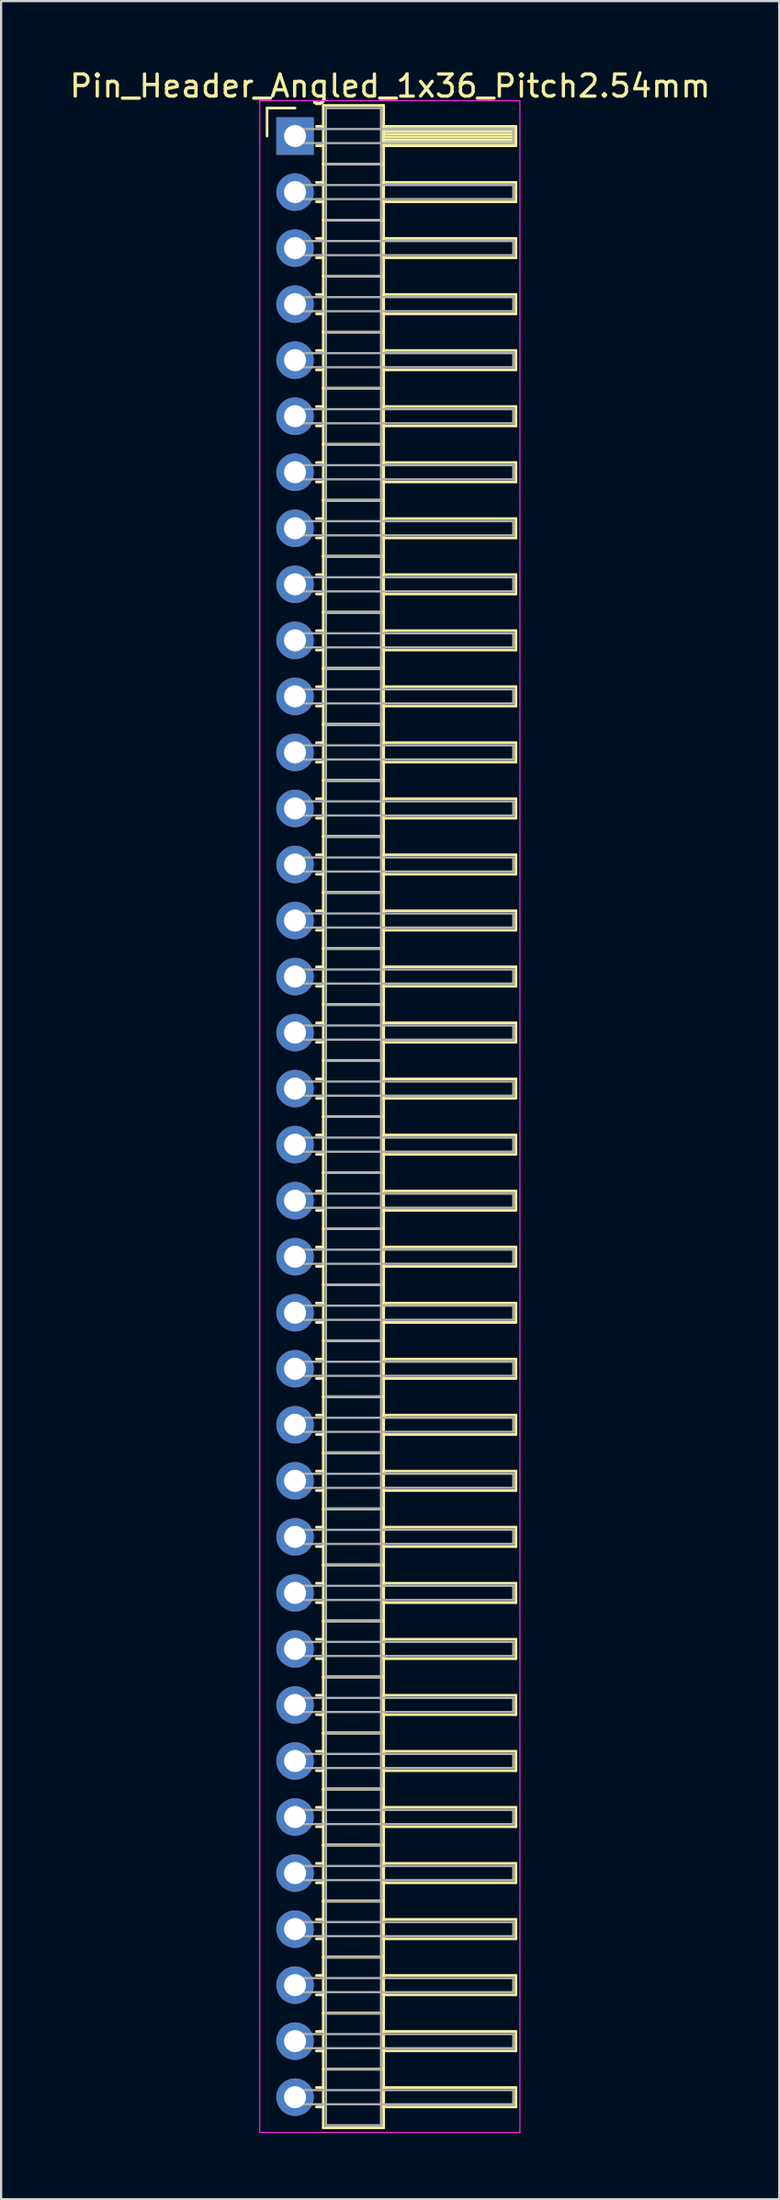
<source format=kicad_pcb>
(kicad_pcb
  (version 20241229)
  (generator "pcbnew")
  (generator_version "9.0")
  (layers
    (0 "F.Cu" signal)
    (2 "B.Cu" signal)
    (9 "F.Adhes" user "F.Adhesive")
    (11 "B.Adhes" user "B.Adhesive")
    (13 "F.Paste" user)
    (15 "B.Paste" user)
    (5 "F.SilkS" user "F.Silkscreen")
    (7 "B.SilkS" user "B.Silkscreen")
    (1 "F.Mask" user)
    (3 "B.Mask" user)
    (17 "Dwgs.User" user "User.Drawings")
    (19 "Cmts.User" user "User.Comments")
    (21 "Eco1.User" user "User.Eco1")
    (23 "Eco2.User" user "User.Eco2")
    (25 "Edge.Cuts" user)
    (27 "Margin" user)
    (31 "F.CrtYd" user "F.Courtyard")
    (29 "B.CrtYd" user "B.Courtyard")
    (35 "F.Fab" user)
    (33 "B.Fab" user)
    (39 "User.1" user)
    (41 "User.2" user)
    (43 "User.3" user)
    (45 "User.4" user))
  (footprint "Pin_Header_Angled_1x36_Pitch2.54mm"
    (layer "F.Cu")
    (at 10.334 3.118)
    (property "Reference" "Pin_Header_Angled_1x36_Pitch2.54mm" (at 4.315 -2.27 0) (layer "F.SilkS") (effects (font (size 1 1) (thickness 0.15))))
    (attr through_hole)
    (fp_line (start -1.27 -1.27) (end 0 -1.27) (stroke (width 0.12) (type solid)) (layer "F.SilkS"))
    (fp_line (start -1.27 0) (end -1.27 -1.27) (stroke (width 0.12) (type solid)) (layer "F.SilkS"))
    (fp_line (start 0.97 -0.44) (end 1.28 -0.44) (stroke (width 0.12) (type solid)) (layer "F.SilkS"))
    (fp_line (start 0.97 0.44) (end 1.28 0.44) (stroke (width 0.12) (type solid)) (layer "F.SilkS"))
    (fp_line (start 0.97 2.1) (end 1.28 2.1) (stroke (width 0.12) (type solid)) (layer "F.SilkS"))
    (fp_line (start 0.97 2.98) (end 1.28 2.98) (stroke (width 0.12) (type solid)) (layer "F.SilkS"))
    (fp_line (start 0.97 4.64) (end 1.28 4.64) (stroke (width 0.12) (type solid)) (layer "F.SilkS"))
    (fp_line (start 0.97 5.52) (end 1.28 5.52) (stroke (width 0.12) (type solid)) (layer "F.SilkS"))
    (fp_line (start 0.97 7.18) (end 1.28 7.18) (stroke (width 0.12) (type solid)) (layer "F.SilkS"))
    (fp_line (start 0.97 8.06) (end 1.28 8.06) (stroke (width 0.12) (type solid)) (layer "F.SilkS"))
    (fp_line (start 0.97 9.72) (end 1.28 9.72) (stroke (width 0.12) (type solid)) (layer "F.SilkS"))
    (fp_line (start 0.97 10.6) (end 1.28 10.6) (stroke (width 0.12) (type solid)) (layer "F.SilkS"))
    (fp_line (start 0.97 12.26) (end 1.28 12.26) (stroke (width 0.12) (type solid)) (layer "F.SilkS"))
    (fp_line (start 0.97 13.14) (end 1.28 13.14) (stroke (width 0.12) (type solid)) (layer "F.SilkS"))
    (fp_line (start 0.97 14.8) (end 1.28 14.8) (stroke (width 0.12) (type solid)) (layer "F.SilkS"))
    (fp_line (start 0.97 15.68) (end 1.28 15.68) (stroke (width 0.12) (type solid)) (layer "F.SilkS"))
    (fp_line (start 0.97 17.34) (end 1.28 17.34) (stroke (width 0.12) (type solid)) (layer "F.SilkS"))
    (fp_line (start 0.97 18.22) (end 1.28 18.22) (stroke (width 0.12) (type solid)) (layer "F.SilkS"))
    (fp_line (start 0.97 19.88) (end 1.28 19.88) (stroke (width 0.12) (type solid)) (layer "F.SilkS"))
    (fp_line (start 0.97 20.76) (end 1.28 20.76) (stroke (width 0.12) (type solid)) (layer "F.SilkS"))
    (fp_line (start 0.97 22.42) (end 1.28 22.42) (stroke (width 0.12) (type solid)) (layer "F.SilkS"))
    (fp_line (start 0.97 23.3) (end 1.28 23.3) (stroke (width 0.12) (type solid)) (layer "F.SilkS"))
    (fp_line (start 0.97 24.96) (end 1.28 24.96) (stroke (width 0.12) (type solid)) (layer "F.SilkS"))
    (fp_line (start 0.97 25.84) (end 1.28 25.84) (stroke (width 0.12) (type solid)) (layer "F.SilkS"))
    (fp_line (start 0.97 27.5) (end 1.28 27.5) (stroke (width 0.12) (type solid)) (layer "F.SilkS"))
    (fp_line (start 0.97 28.38) (end 1.28 28.38) (stroke (width 0.12) (type solid)) (layer "F.SilkS"))
    (fp_line (start 0.97 30.04) (end 1.28 30.04) (stroke (width 0.12) (type solid)) (layer "F.SilkS"))
    (fp_line (start 0.97 30.92) (end 1.28 30.92) (stroke (width 0.12) (type solid)) (layer "F.SilkS"))
    (fp_line (start 0.97 32.58) (end 1.28 32.58) (stroke (width 0.12) (type solid)) (layer "F.SilkS"))
    (fp_line (start 0.97 33.46) (end 1.28 33.46) (stroke (width 0.12) (type solid)) (layer "F.SilkS"))
    (fp_line (start 0.97 35.12) (end 1.28 35.12) (stroke (width 0.12) (type solid)) (layer "F.SilkS"))
    (fp_line (start 0.97 36) (end 1.28 36) (stroke (width 0.12) (type solid)) (layer "F.SilkS"))
    (fp_line (start 0.97 37.66) (end 1.28 37.66) (stroke (width 0.12) (type solid)) (layer "F.SilkS"))
    (fp_line (start 0.97 38.54) (end 1.28 38.54) (stroke (width 0.12) (type solid)) (layer "F.SilkS"))
    (fp_line (start 0.97 40.2) (end 1.28 40.2) (stroke (width 0.12) (type solid)) (layer "F.SilkS"))
    (fp_line (start 0.97 41.08) (end 1.28 41.08) (stroke (width 0.12) (type solid)) (layer "F.SilkS"))
    (fp_line (start 0.97 42.74) (end 1.28 42.74) (stroke (width 0.12) (type solid)) (layer "F.SilkS"))
    (fp_line (start 0.97 43.62) (end 1.28 43.62) (stroke (width 0.12) (type solid)) (layer "F.SilkS"))
    (fp_line (start 0.97 45.28) (end 1.28 45.28) (stroke (width 0.12) (type solid)) (layer "F.SilkS"))
    (fp_line (start 0.97 46.16) (end 1.28 46.16) (stroke (width 0.12) (type solid)) (layer "F.SilkS"))
    (fp_line (start 0.97 47.82) (end 1.28 47.82) (stroke (width 0.12) (type solid)) (layer "F.SilkS"))
    (fp_line (start 0.97 48.7) (end 1.28 48.7) (stroke (width 0.12) (type solid)) (layer "F.SilkS"))
    (fp_line (start 0.97 50.36) (end 1.28 50.36) (stroke (width 0.12) (type solid)) (layer "F.SilkS"))
    (fp_line (start 0.97 51.24) (end 1.28 51.24) (stroke (width 0.12) (type solid)) (layer "F.SilkS"))
    (fp_line (start 0.97 52.9) (end 1.28 52.9) (stroke (width 0.12) (type solid)) (layer "F.SilkS"))
    (fp_line (start 0.97 53.78) (end 1.28 53.78) (stroke (width 0.12) (type solid)) (layer "F.SilkS"))
    (fp_line (start 0.97 55.44) (end 1.28 55.44) (stroke (width 0.12) (type solid)) (layer "F.SilkS"))
    (fp_line (start 0.97 56.32) (end 1.28 56.32) (stroke (width 0.12) (type solid)) (layer "F.SilkS"))
    (fp_line (start 0.97 57.98) (end 1.28 57.98) (stroke (width 0.12) (type solid)) (layer "F.SilkS"))
    (fp_line (start 0.97 58.86) (end 1.28 58.86) (stroke (width 0.12) (type solid)) (layer "F.SilkS"))
    (fp_line (start 0.97 60.52) (end 1.28 60.52) (stroke (width 0.12) (type solid)) (layer "F.SilkS"))
    (fp_line (start 0.97 61.4) (end 1.28 61.4) (stroke (width 0.12) (type solid)) (layer "F.SilkS"))
    (fp_line (start 0.97 63.06) (end 1.28 63.06) (stroke (width 0.12) (type solid)) (layer "F.SilkS"))
    (fp_line (start 0.97 63.94) (end 1.28 63.94) (stroke (width 0.12) (type solid)) (layer "F.SilkS"))
    (fp_line (start 0.97 65.6) (end 1.28 65.6) (stroke (width 0.12) (type solid)) (layer "F.SilkS"))
    (fp_line (start 0.97 66.48) (end 1.28 66.48) (stroke (width 0.12) (type solid)) (layer "F.SilkS"))
    (fp_line (start 0.97 68.14) (end 1.28 68.14) (stroke (width 0.12) (type solid)) (layer "F.SilkS"))
    (fp_line (start 0.97 69.02) (end 1.28 69.02) (stroke (width 0.12) (type solid)) (layer "F.SilkS"))
    (fp_line (start 0.97 70.68) (end 1.28 70.68) (stroke (width 0.12) (type solid)) (layer "F.SilkS"))
    (fp_line (start 0.97 71.56) (end 1.28 71.56) (stroke (width 0.12) (type solid)) (layer "F.SilkS"))
    (fp_line (start 0.97 73.22) (end 1.28 73.22) (stroke (width 0.12) (type solid)) (layer "F.SilkS"))
    (fp_line (start 0.97 74.1) (end 1.28 74.1) (stroke (width 0.12) (type solid)) (layer "F.SilkS"))
    (fp_line (start 0.97 75.76) (end 1.28 75.76) (stroke (width 0.12) (type solid)) (layer "F.SilkS"))
    (fp_line (start 0.97 76.64) (end 1.28 76.64) (stroke (width 0.12) (type solid)) (layer "F.SilkS"))
    (fp_line (start 0.97 78.3) (end 1.28 78.3) (stroke (width 0.12) (type solid)) (layer "F.SilkS"))
    (fp_line (start 0.97 79.18) (end 1.28 79.18) (stroke (width 0.12) (type solid)) (layer "F.SilkS"))
    (fp_line (start 0.97 80.84) (end 1.28 80.84) (stroke (width 0.12) (type solid)) (layer "F.SilkS"))
    (fp_line (start 0.97 81.72) (end 1.28 81.72) (stroke (width 0.12) (type solid)) (layer "F.SilkS"))
    (fp_line (start 0.97 83.38) (end 1.28 83.38) (stroke (width 0.12) (type solid)) (layer "F.SilkS"))
    (fp_line (start 0.97 84.26) (end 1.28 84.26) (stroke (width 0.12) (type solid)) (layer "F.SilkS"))
    (fp_line (start 0.97 85.92) (end 1.28 85.92) (stroke (width 0.12) (type solid)) (layer "F.SilkS"))
    (fp_line (start 0.97 86.8) (end 1.28 86.8) (stroke (width 0.12) (type solid)) (layer "F.SilkS"))
    (fp_line (start 0.97 88.46) (end 1.28 88.46) (stroke (width 0.12) (type solid)) (layer "F.SilkS"))
    (fp_line (start 0.97 89.34) (end 1.28 89.34) (stroke (width 0.12) (type solid)) (layer "F.SilkS"))
    (fp_line (start 1.28 -1.39) (end 1.28 1.27) (stroke (width 0.12) (type solid)) (layer "F.SilkS"))
    (fp_line (start 1.28 1.27) (end 1.28 3.81) (stroke (width 0.12) (type solid)) (layer "F.SilkS"))
    (fp_line (start 1.28 1.27) (end 4.02 1.27) (stroke (width 0.12) (type solid)) (layer "F.SilkS"))
    (fp_line (start 1.28 3.81) (end 1.28 6.35) (stroke (width 0.12) (type solid)) (layer "F.SilkS"))
    (fp_line (start 1.28 3.81) (end 4.02 3.81) (stroke (width 0.12) (type solid)) (layer "F.SilkS"))
    (fp_line (start 1.28 6.35) (end 1.28 8.89) (stroke (width 0.12) (type solid)) (layer "F.SilkS"))
    (fp_line (start 1.28 6.35) (end 4.02 6.35) (stroke (width 0.12) (type solid)) (layer "F.SilkS"))
    (fp_line (start 1.28 8.89) (end 1.28 11.43) (stroke (width 0.12) (type solid)) (layer "F.SilkS"))
    (fp_line (start 1.28 8.89) (end 4.02 8.89) (stroke (width 0.12) (type solid)) (layer "F.SilkS"))
    (fp_line (start 1.28 11.43) (end 1.28 13.97) (stroke (width 0.12) (type solid)) (layer "F.SilkS"))
    (fp_line (start 1.28 11.43) (end 4.02 11.43) (stroke (width 0.12) (type solid)) (layer "F.SilkS"))
    (fp_line (start 1.28 13.97) (end 1.28 16.51) (stroke (width 0.12) (type solid)) (layer "F.SilkS"))
    (fp_line (start 1.28 13.97) (end 4.02 13.97) (stroke (width 0.12) (type solid)) (layer "F.SilkS"))
    (fp_line (start 1.28 16.51) (end 1.28 19.05) (stroke (width 0.12) (type solid)) (layer "F.SilkS"))
    (fp_line (start 1.28 16.51) (end 4.02 16.51) (stroke (width 0.12) (type solid)) (layer "F.SilkS"))
    (fp_line (start 1.28 19.05) (end 1.28 21.59) (stroke (width 0.12) (type solid)) (layer "F.SilkS"))
    (fp_line (start 1.28 19.05) (end 4.02 19.05) (stroke (width 0.12) (type solid)) (layer "F.SilkS"))
    (fp_line (start 1.28 21.59) (end 1.28 24.13) (stroke (width 0.12) (type solid)) (layer "F.SilkS"))
    (fp_line (start 1.28 21.59) (end 4.02 21.59) (stroke (width 0.12) (type solid)) (layer "F.SilkS"))
    (fp_line (start 1.28 24.13) (end 1.28 26.67) (stroke (width 0.12) (type solid)) (layer "F.SilkS"))
    (fp_line (start 1.28 24.13) (end 4.02 24.13) (stroke (width 0.12) (type solid)) (layer "F.SilkS"))
    (fp_line (start 1.28 26.67) (end 1.28 29.21) (stroke (width 0.12) (type solid)) (layer "F.SilkS"))
    (fp_line (start 1.28 26.67) (end 4.02 26.67) (stroke (width 0.12) (type solid)) (layer "F.SilkS"))
    (fp_line (start 1.28 29.21) (end 1.28 31.75) (stroke (width 0.12) (type solid)) (layer "F.SilkS"))
    (fp_line (start 1.28 29.21) (end 4.02 29.21) (stroke (width 0.12) (type solid)) (layer "F.SilkS"))
    (fp_line (start 1.28 31.75) (end 1.28 34.29) (stroke (width 0.12) (type solid)) (layer "F.SilkS"))
    (fp_line (start 1.28 31.75) (end 4.02 31.75) (stroke (width 0.12) (type solid)) (layer "F.SilkS"))
    (fp_line (start 1.28 34.29) (end 1.28 36.83) (stroke (width 0.12) (type solid)) (layer "F.SilkS"))
    (fp_line (start 1.28 34.29) (end 4.02 34.29) (stroke (width 0.12) (type solid)) (layer "F.SilkS"))
    (fp_line (start 1.28 36.83) (end 1.28 39.37) (stroke (width 0.12) (type solid)) (layer "F.SilkS"))
    (fp_line (start 1.28 36.83) (end 4.02 36.83) (stroke (width 0.12) (type solid)) (layer "F.SilkS"))
    (fp_line (start 1.28 39.37) (end 1.28 41.91) (stroke (width 0.12) (type solid)) (layer "F.SilkS"))
    (fp_line (start 1.28 39.37) (end 4.02 39.37) (stroke (width 0.12) (type solid)) (layer "F.SilkS"))
    (fp_line (start 1.28 41.91) (end 1.28 44.45) (stroke (width 0.12) (type solid)) (layer "F.SilkS"))
    (fp_line (start 1.28 41.91) (end 4.02 41.91) (stroke (width 0.12) (type solid)) (layer "F.SilkS"))
    (fp_line (start 1.28 44.45) (end 1.28 46.99) (stroke (width 0.12) (type solid)) (layer "F.SilkS"))
    (fp_line (start 1.28 44.45) (end 4.02 44.45) (stroke (width 0.12) (type solid)) (layer "F.SilkS"))
    (fp_line (start 1.28 46.99) (end 1.28 49.53) (stroke (width 0.12) (type solid)) (layer "F.SilkS"))
    (fp_line (start 1.28 46.99) (end 4.02 46.99) (stroke (width 0.12) (type solid)) (layer "F.SilkS"))
    (fp_line (start 1.28 49.53) (end 1.28 52.07) (stroke (width 0.12) (type solid)) (layer "F.SilkS"))
    (fp_line (start 1.28 49.53) (end 4.02 49.53) (stroke (width 0.12) (type solid)) (layer "F.SilkS"))
    (fp_line (start 1.28 52.07) (end 1.28 54.61) (stroke (width 0.12) (type solid)) (layer "F.SilkS"))
    (fp_line (start 1.28 52.07) (end 4.02 52.07) (stroke (width 0.12) (type solid)) (layer "F.SilkS"))
    (fp_line (start 1.28 54.61) (end 1.28 57.15) (stroke (width 0.12) (type solid)) (layer "F.SilkS"))
    (fp_line (start 1.28 54.61) (end 4.02 54.61) (stroke (width 0.12) (type solid)) (layer "F.SilkS"))
    (fp_line (start 1.28 57.15) (end 1.28 59.69) (stroke (width 0.12) (type solid)) (layer "F.SilkS"))
    (fp_line (start 1.28 57.15) (end 4.02 57.15) (stroke (width 0.12) (type solid)) (layer "F.SilkS"))
    (fp_line (start 1.28 59.69) (end 1.28 62.23) (stroke (width 0.12) (type solid)) (layer "F.SilkS"))
    (fp_line (start 1.28 59.69) (end 4.02 59.69) (stroke (width 0.12) (type solid)) (layer "F.SilkS"))
    (fp_line (start 1.28 62.23) (end 1.28 64.77) (stroke (width 0.12) (type solid)) (layer "F.SilkS"))
    (fp_line (start 1.28 62.23) (end 4.02 62.23) (stroke (width 0.12) (type solid)) (layer "F.SilkS"))
    (fp_line (start 1.28 64.77) (end 1.28 67.31) (stroke (width 0.12) (type solid)) (layer "F.SilkS"))
    (fp_line (start 1.28 64.77) (end 4.02 64.77) (stroke (width 0.12) (type solid)) (layer "F.SilkS"))
    (fp_line (start 1.28 67.31) (end 1.28 69.85) (stroke (width 0.12) (type solid)) (layer "F.SilkS"))
    (fp_line (start 1.28 67.31) (end 4.02 67.31) (stroke (width 0.12) (type solid)) (layer "F.SilkS"))
    (fp_line (start 1.28 69.85) (end 1.28 72.39) (stroke (width 0.12) (type solid)) (layer "F.SilkS"))
    (fp_line (start 1.28 69.85) (end 4.02 69.85) (stroke (width 0.12) (type solid)) (layer "F.SilkS"))
    (fp_line (start 1.28 72.39) (end 1.28 74.93) (stroke (width 0.12) (type solid)) (layer "F.SilkS"))
    (fp_line (start 1.28 72.39) (end 4.02 72.39) (stroke (width 0.12) (type solid)) (layer "F.SilkS"))
    (fp_line (start 1.28 74.93) (end 1.28 77.47) (stroke (width 0.12) (type solid)) (layer "F.SilkS"))
    (fp_line (start 1.28 74.93) (end 4.02 74.93) (stroke (width 0.12) (type solid)) (layer "F.SilkS"))
    (fp_line (start 1.28 77.47) (end 1.28 80.01) (stroke (width 0.12) (type solid)) (layer "F.SilkS"))
    (fp_line (start 1.28 77.47) (end 4.02 77.47) (stroke (width 0.12) (type solid)) (layer "F.SilkS"))
    (fp_line (start 1.28 80.01) (end 1.28 82.55) (stroke (width 0.12) (type solid)) (layer "F.SilkS"))
    (fp_line (start 1.28 80.01) (end 4.02 80.01) (stroke (width 0.12) (type solid)) (layer "F.SilkS"))
    (fp_line (start 1.28 82.55) (end 1.28 85.09) (stroke (width 0.12) (type solid)) (layer "F.SilkS"))
    (fp_line (start 1.28 82.55) (end 4.02 82.55) (stroke (width 0.12) (type solid)) (layer "F.SilkS"))
    (fp_line (start 1.28 85.09) (end 1.28 87.63) (stroke (width 0.12) (type solid)) (layer "F.SilkS"))
    (fp_line (start 1.28 85.09) (end 4.02 85.09) (stroke (width 0.12) (type solid)) (layer "F.SilkS"))
    (fp_line (start 1.28 87.63) (end 1.28 90.29) (stroke (width 0.12) (type solid)) (layer "F.SilkS"))
    (fp_line (start 1.28 87.63) (end 4.02 87.63) (stroke (width 0.12) (type solid)) (layer "F.SilkS"))
    (fp_line (start 1.28 90.29) (end 4.02 90.29) (stroke (width 0.12) (type solid)) (layer "F.SilkS"))
    (fp_line (start 4.02 -1.39) (end 1.28 -1.39) (stroke (width 0.12) (type solid)) (layer "F.SilkS"))
    (fp_line (start 4.02 -0.44) (end 4.02 0.44) (stroke (width 0.12) (type solid)) (layer "F.SilkS"))
    (fp_line (start 4.02 -0.32) (end 10.02 -0.32) (stroke (width 0.12) (type solid)) (layer "F.SilkS"))
    (fp_line (start 4.02 -0.2) (end 10.02 -0.2) (stroke (width 0.12) (type solid)) (layer "F.SilkS"))
    (fp_line (start 4.02 -0.08) (end 10.02 -0.08) (stroke (width 0.12) (type solid)) (layer "F.SilkS"))
    (fp_line (start 4.02 0.04) (end 10.02 0.04) (stroke (width 0.12) (type solid)) (layer "F.SilkS"))
    (fp_line (start 4.02 0.16) (end 10.02 0.16) (stroke (width 0.12) (type solid)) (layer "F.SilkS"))
    (fp_line (start 4.02 0.28) (end 10.02 0.28) (stroke (width 0.12) (type solid)) (layer "F.SilkS"))
    (fp_line (start 4.02 0.4) (end 10.02 0.4) (stroke (width 0.12) (type solid)) (layer "F.SilkS"))
    (fp_line (start 4.02 0.44) (end 10.02 0.44) (stroke (width 0.12) (type solid)) (layer "F.SilkS"))
    (fp_line (start 4.02 1.27) (end 1.28 1.27) (stroke (width 0.12) (type solid)) (layer "F.SilkS"))
    (fp_line (start 4.02 1.27) (end 4.02 -1.39) (stroke (width 0.12) (type solid)) (layer "F.SilkS"))
    (fp_line (start 4.02 2.1) (end 4.02 2.98) (stroke (width 0.12) (type solid)) (layer "F.SilkS"))
    (fp_line (start 4.02 2.98) (end 10.02 2.98) (stroke (width 0.12) (type solid)) (layer "F.SilkS"))
    (fp_line (start 4.02 3.81) (end 1.28 3.81) (stroke (width 0.12) (type solid)) (layer "F.SilkS"))
    (fp_line (start 4.02 3.81) (end 4.02 1.27) (stroke (width 0.12) (type solid)) (layer "F.SilkS"))
    (fp_line (start 4.02 4.64) (end 4.02 5.52) (stroke (width 0.12) (type solid)) (layer "F.SilkS"))
    (fp_line (start 4.02 5.52) (end 10.02 5.52) (stroke (width 0.12) (type solid)) (layer "F.SilkS"))
    (fp_line (start 4.02 6.35) (end 1.28 6.35) (stroke (width 0.12) (type solid)) (layer "F.SilkS"))
    (fp_line (start 4.02 6.35) (end 4.02 3.81) (stroke (width 0.12) (type solid)) (layer "F.SilkS"))
    (fp_line (start 4.02 7.18) (end 4.02 8.06) (stroke (width 0.12) (type solid)) (layer "F.SilkS"))
    (fp_line (start 4.02 8.06) (end 10.02 8.06) (stroke (width 0.12) (type solid)) (layer "F.SilkS"))
    (fp_line (start 4.02 8.89) (end 1.28 8.89) (stroke (width 0.12) (type solid)) (layer "F.SilkS"))
    (fp_line (start 4.02 8.89) (end 4.02 6.35) (stroke (width 0.12) (type solid)) (layer "F.SilkS"))
    (fp_line (start 4.02 9.72) (end 4.02 10.6) (stroke (width 0.12) (type solid)) (layer "F.SilkS"))
    (fp_line (start 4.02 10.6) (end 10.02 10.6) (stroke (width 0.12) (type solid)) (layer "F.SilkS"))
    (fp_line (start 4.02 11.43) (end 1.28 11.43) (stroke (width 0.12) (type solid)) (layer "F.SilkS"))
    (fp_line (start 4.02 11.43) (end 4.02 8.89) (stroke (width 0.12) (type solid)) (layer "F.SilkS"))
    (fp_line (start 4.02 12.26) (end 4.02 13.14) (stroke (width 0.12) (type solid)) (layer "F.SilkS"))
    (fp_line (start 4.02 13.14) (end 10.02 13.14) (stroke (width 0.12) (type solid)) (layer "F.SilkS"))
    (fp_line (start 4.02 13.97) (end 1.28 13.97) (stroke (width 0.12) (type solid)) (layer "F.SilkS"))
    (fp_line (start 4.02 13.97) (end 4.02 11.43) (stroke (width 0.12) (type solid)) (layer "F.SilkS"))
    (fp_line (start 4.02 14.8) (end 4.02 15.68) (stroke (width 0.12) (type solid)) (layer "F.SilkS"))
    (fp_line (start 4.02 15.68) (end 10.02 15.68) (stroke (width 0.12) (type solid)) (layer "F.SilkS"))
    (fp_line (start 4.02 16.51) (end 1.28 16.51) (stroke (width 0.12) (type solid)) (layer "F.SilkS"))
    (fp_line (start 4.02 16.51) (end 4.02 13.97) (stroke (width 0.12) (type solid)) (layer "F.SilkS"))
    (fp_line (start 4.02 17.34) (end 4.02 18.22) (stroke (width 0.12) (type solid)) (layer "F.SilkS"))
    (fp_line (start 4.02 18.22) (end 10.02 18.22) (stroke (width 0.12) (type solid)) (layer "F.SilkS"))
    (fp_line (start 4.02 19.05) (end 1.28 19.05) (stroke (width 0.12) (type solid)) (layer "F.SilkS"))
    (fp_line (start 4.02 19.05) (end 4.02 16.51) (stroke (width 0.12) (type solid)) (layer "F.SilkS"))
    (fp_line (start 4.02 19.88) (end 4.02 20.76) (stroke (width 0.12) (type solid)) (layer "F.SilkS"))
    (fp_line (start 4.02 20.76) (end 10.02 20.76) (stroke (width 0.12) (type solid)) (layer "F.SilkS"))
    (fp_line (start 4.02 21.59) (end 1.28 21.59) (stroke (width 0.12) (type solid)) (layer "F.SilkS"))
    (fp_line (start 4.02 21.59) (end 4.02 19.05) (stroke (width 0.12) (type solid)) (layer "F.SilkS"))
    (fp_line (start 4.02 22.42) (end 4.02 23.3) (stroke (width 0.12) (type solid)) (layer "F.SilkS"))
    (fp_line (start 4.02 23.3) (end 10.02 23.3) (stroke (width 0.12) (type solid)) (layer "F.SilkS"))
    (fp_line (start 4.02 24.13) (end 1.28 24.13) (stroke (width 0.12) (type solid)) (layer "F.SilkS"))
    (fp_line (start 4.02 24.13) (end 4.02 21.59) (stroke (width 0.12) (type solid)) (layer "F.SilkS"))
    (fp_line (start 4.02 24.96) (end 4.02 25.84) (stroke (width 0.12) (type solid)) (layer "F.SilkS"))
    (fp_line (start 4.02 25.84) (end 10.02 25.84) (stroke (width 0.12) (type solid)) (layer "F.SilkS"))
    (fp_line (start 4.02 26.67) (end 1.28 26.67) (stroke (width 0.12) (type solid)) (layer "F.SilkS"))
    (fp_line (start 4.02 26.67) (end 4.02 24.13) (stroke (width 0.12) (type solid)) (layer "F.SilkS"))
    (fp_line (start 4.02 27.5) (end 4.02 28.38) (stroke (width 0.12) (type solid)) (layer "F.SilkS"))
    (fp_line (start 4.02 28.38) (end 10.02 28.38) (stroke (width 0.12) (type solid)) (layer "F.SilkS"))
    (fp_line (start 4.02 29.21) (end 1.28 29.21) (stroke (width 0.12) (type solid)) (layer "F.SilkS"))
    (fp_line (start 4.02 29.21) (end 4.02 26.67) (stroke (width 0.12) (type solid)) (layer "F.SilkS"))
    (fp_line (start 4.02 30.04) (end 4.02 30.92) (stroke (width 0.12) (type solid)) (layer "F.SilkS"))
    (fp_line (start 4.02 30.92) (end 10.02 30.92) (stroke (width 0.12) (type solid)) (layer "F.SilkS"))
    (fp_line (start 4.02 31.75) (end 1.28 31.75) (stroke (width 0.12) (type solid)) (layer "F.SilkS"))
    (fp_line (start 4.02 31.75) (end 4.02 29.21) (stroke (width 0.12) (type solid)) (layer "F.SilkS"))
    (fp_line (start 4.02 32.58) (end 4.02 33.46) (stroke (width 0.12) (type solid)) (layer "F.SilkS"))
    (fp_line (start 4.02 33.46) (end 10.02 33.46) (stroke (width 0.12) (type solid)) (layer "F.SilkS"))
    (fp_line (start 4.02 34.29) (end 1.28 34.29) (stroke (width 0.12) (type solid)) (layer "F.SilkS"))
    (fp_line (start 4.02 34.29) (end 4.02 31.75) (stroke (width 0.12) (type solid)) (layer "F.SilkS"))
    (fp_line (start 4.02 35.12) (end 4.02 36) (stroke (width 0.12) (type solid)) (layer "F.SilkS"))
    (fp_line (start 4.02 36) (end 10.02 36) (stroke (width 0.12) (type solid)) (layer "F.SilkS"))
    (fp_line (start 4.02 36.83) (end 1.28 36.83) (stroke (width 0.12) (type solid)) (layer "F.SilkS"))
    (fp_line (start 4.02 36.83) (end 4.02 34.29) (stroke (width 0.12) (type solid)) (layer "F.SilkS"))
    (fp_line (start 4.02 37.66) (end 4.02 38.54) (stroke (width 0.12) (type solid)) (layer "F.SilkS"))
    (fp_line (start 4.02 38.54) (end 10.02 38.54) (stroke (width 0.12) (type solid)) (layer "F.SilkS"))
    (fp_line (start 4.02 39.37) (end 1.28 39.37) (stroke (width 0.12) (type solid)) (layer "F.SilkS"))
    (fp_line (start 4.02 39.37) (end 4.02 36.83) (stroke (width 0.12) (type solid)) (layer "F.SilkS"))
    (fp_line (start 4.02 40.2) (end 4.02 41.08) (stroke (width 0.12) (type solid)) (layer "F.SilkS"))
    (fp_line (start 4.02 41.08) (end 10.02 41.08) (stroke (width 0.12) (type solid)) (layer "F.SilkS"))
    (fp_line (start 4.02 41.91) (end 1.28 41.91) (stroke (width 0.12) (type solid)) (layer "F.SilkS"))
    (fp_line (start 4.02 41.91) (end 4.02 39.37) (stroke (width 0.12) (type solid)) (layer "F.SilkS"))
    (fp_line (start 4.02 42.74) (end 4.02 43.62) (stroke (width 0.12) (type solid)) (layer "F.SilkS"))
    (fp_line (start 4.02 43.62) (end 10.02 43.62) (stroke (width 0.12) (type solid)) (layer "F.SilkS"))
    (fp_line (start 4.02 44.45) (end 1.28 44.45) (stroke (width 0.12) (type solid)) (layer "F.SilkS"))
    (fp_line (start 4.02 44.45) (end 4.02 41.91) (stroke (width 0.12) (type solid)) (layer "F.SilkS"))
    (fp_line (start 4.02 45.28) (end 4.02 46.16) (stroke (width 0.12) (type solid)) (layer "F.SilkS"))
    (fp_line (start 4.02 46.16) (end 10.02 46.16) (stroke (width 0.12) (type solid)) (layer "F.SilkS"))
    (fp_line (start 4.02 46.99) (end 1.28 46.99) (stroke (width 0.12) (type solid)) (layer "F.SilkS"))
    (fp_line (start 4.02 46.99) (end 4.02 44.45) (stroke (width 0.12) (type solid)) (layer "F.SilkS"))
    (fp_line (start 4.02 47.82) (end 4.02 48.7) (stroke (width 0.12) (type solid)) (layer "F.SilkS"))
    (fp_line (start 4.02 48.7) (end 10.02 48.7) (stroke (width 0.12) (type solid)) (layer "F.SilkS"))
    (fp_line (start 4.02 49.53) (end 1.28 49.53) (stroke (width 0.12) (type solid)) (layer "F.SilkS"))
    (fp_line (start 4.02 49.53) (end 4.02 46.99) (stroke (width 0.12) (type solid)) (layer "F.SilkS"))
    (fp_line (start 4.02 50.36) (end 4.02 51.24) (stroke (width 0.12) (type solid)) (layer "F.SilkS"))
    (fp_line (start 4.02 51.24) (end 10.02 51.24) (stroke (width 0.12) (type solid)) (layer "F.SilkS"))
    (fp_line (start 4.02 52.07) (end 1.28 52.07) (stroke (width 0.12) (type solid)) (layer "F.SilkS"))
    (fp_line (start 4.02 52.07) (end 4.02 49.53) (stroke (width 0.12) (type solid)) (layer "F.SilkS"))
    (fp_line (start 4.02 52.9) (end 4.02 53.78) (stroke (width 0.12) (type solid)) (layer "F.SilkS"))
    (fp_line (start 4.02 53.78) (end 10.02 53.78) (stroke (width 0.12) (type solid)) (layer "F.SilkS"))
    (fp_line (start 4.02 54.61) (end 1.28 54.61) (stroke (width 0.12) (type solid)) (layer "F.SilkS"))
    (fp_line (start 4.02 54.61) (end 4.02 52.07) (stroke (width 0.12) (type solid)) (layer "F.SilkS"))
    (fp_line (start 4.02 55.44) (end 4.02 56.32) (stroke (width 0.12) (type solid)) (layer "F.SilkS"))
    (fp_line (start 4.02 56.32) (end 10.02 56.32) (stroke (width 0.12) (type solid)) (layer "F.SilkS"))
    (fp_line (start 4.02 57.15) (end 1.28 57.15) (stroke (width 0.12) (type solid)) (layer "F.SilkS"))
    (fp_line (start 4.02 57.15) (end 4.02 54.61) (stroke (width 0.12) (type solid)) (layer "F.SilkS"))
    (fp_line (start 4.02 57.98) (end 4.02 58.86) (stroke (width 0.12) (type solid)) (layer "F.SilkS"))
    (fp_line (start 4.02 58.86) (end 10.02 58.86) (stroke (width 0.12) (type solid)) (layer "F.SilkS"))
    (fp_line (start 4.02 59.69) (end 1.28 59.69) (stroke (width 0.12) (type solid)) (layer "F.SilkS"))
    (fp_line (start 4.02 59.69) (end 4.02 57.15) (stroke (width 0.12) (type solid)) (layer "F.SilkS"))
    (fp_line (start 4.02 60.52) (end 4.02 61.4) (stroke (width 0.12) (type solid)) (layer "F.SilkS"))
    (fp_line (start 4.02 61.4) (end 10.02 61.4) (stroke (width 0.12) (type solid)) (layer "F.SilkS"))
    (fp_line (start 4.02 62.23) (end 1.28 62.23) (stroke (width 0.12) (type solid)) (layer "F.SilkS"))
    (fp_line (start 4.02 62.23) (end 4.02 59.69) (stroke (width 0.12) (type solid)) (layer "F.SilkS"))
    (fp_line (start 4.02 63.06) (end 4.02 63.94) (stroke (width 0.12) (type solid)) (layer "F.SilkS"))
    (fp_line (start 4.02 63.94) (end 10.02 63.94) (stroke (width 0.12) (type solid)) (layer "F.SilkS"))
    (fp_line (start 4.02 64.77) (end 1.28 64.77) (stroke (width 0.12) (type solid)) (layer "F.SilkS"))
    (fp_line (start 4.02 64.77) (end 4.02 62.23) (stroke (width 0.12) (type solid)) (layer "F.SilkS"))
    (fp_line (start 4.02 65.6) (end 4.02 66.48) (stroke (width 0.12) (type solid)) (layer "F.SilkS"))
    (fp_line (start 4.02 66.48) (end 10.02 66.48) (stroke (width 0.12) (type solid)) (layer "F.SilkS"))
    (fp_line (start 4.02 67.31) (end 1.28 67.31) (stroke (width 0.12) (type solid)) (layer "F.SilkS"))
    (fp_line (start 4.02 67.31) (end 4.02 64.77) (stroke (width 0.12) (type solid)) (layer "F.SilkS"))
    (fp_line (start 4.02 68.14) (end 4.02 69.02) (stroke (width 0.12) (type solid)) (layer "F.SilkS"))
    (fp_line (start 4.02 69.02) (end 10.02 69.02) (stroke (width 0.12) (type solid)) (layer "F.SilkS"))
    (fp_line (start 4.02 69.85) (end 1.28 69.85) (stroke (width 0.12) (type solid)) (layer "F.SilkS"))
    (fp_line (start 4.02 69.85) (end 4.02 67.31) (stroke (width 0.12) (type solid)) (layer "F.SilkS"))
    (fp_line (start 4.02 70.68) (end 4.02 71.56) (stroke (width 0.12) (type solid)) (layer "F.SilkS"))
    (fp_line (start 4.02 71.56) (end 10.02 71.56) (stroke (width 0.12) (type solid)) (layer "F.SilkS"))
    (fp_line (start 4.02 72.39) (end 1.28 72.39) (stroke (width 0.12) (type solid)) (layer "F.SilkS"))
    (fp_line (start 4.02 72.39) (end 4.02 69.85) (stroke (width 0.12) (type solid)) (layer "F.SilkS"))
    (fp_line (start 4.02 73.22) (end 4.02 74.1) (stroke (width 0.12) (type solid)) (layer "F.SilkS"))
    (fp_line (start 4.02 74.1) (end 10.02 74.1) (stroke (width 0.12) (type solid)) (layer "F.SilkS"))
    (fp_line (start 4.02 74.93) (end 1.28 74.93) (stroke (width 0.12) (type solid)) (layer "F.SilkS"))
    (fp_line (start 4.02 74.93) (end 4.02 72.39) (stroke (width 0.12) (type solid)) (layer "F.SilkS"))
    (fp_line (start 4.02 75.76) (end 4.02 76.64) (stroke (width 0.12) (type solid)) (layer "F.SilkS"))
    (fp_line (start 4.02 76.64) (end 10.02 76.64) (stroke (width 0.12) (type solid)) (layer "F.SilkS"))
    (fp_line (start 4.02 77.47) (end 1.28 77.47) (stroke (width 0.12) (type solid)) (layer "F.SilkS"))
    (fp_line (start 4.02 77.47) (end 4.02 74.93) (stroke (width 0.12) (type solid)) (layer "F.SilkS"))
    (fp_line (start 4.02 78.3) (end 4.02 79.18) (stroke (width 0.12) (type solid)) (layer "F.SilkS"))
    (fp_line (start 4.02 79.18) (end 10.02 79.18) (stroke (width 0.12) (type solid)) (layer "F.SilkS"))
    (fp_line (start 4.02 80.01) (end 1.28 80.01) (stroke (width 0.12) (type solid)) (layer "F.SilkS"))
    (fp_line (start 4.02 80.01) (end 4.02 77.47) (stroke (width 0.12) (type solid)) (layer "F.SilkS"))
    (fp_line (start 4.02 80.84) (end 4.02 81.72) (stroke (width 0.12) (type solid)) (layer "F.SilkS"))
    (fp_line (start 4.02 81.72) (end 10.02 81.72) (stroke (width 0.12) (type solid)) (layer "F.SilkS"))
    (fp_line (start 4.02 82.55) (end 1.28 82.55) (stroke (width 0.12) (type solid)) (layer "F.SilkS"))
    (fp_line (start 4.02 82.55) (end 4.02 80.01) (stroke (width 0.12) (type solid)) (layer "F.SilkS"))
    (fp_line (start 4.02 83.38) (end 4.02 84.26) (stroke (width 0.12) (type solid)) (layer "F.SilkS"))
    (fp_line (start 4.02 84.26) (end 10.02 84.26) (stroke (width 0.12) (type solid)) (layer "F.SilkS"))
    (fp_line (start 4.02 85.09) (end 1.28 85.09) (stroke (width 0.12) (type solid)) (layer "F.SilkS"))
    (fp_line (start 4.02 85.09) (end 4.02 82.55) (stroke (width 0.12) (type solid)) (layer "F.SilkS"))
    (fp_line (start 4.02 85.92) (end 4.02 86.8) (stroke (width 0.12) (type solid)) (layer "F.SilkS"))
    (fp_line (start 4.02 86.8) (end 10.02 86.8) (stroke (width 0.12) (type solid)) (layer "F.SilkS"))
    (fp_line (start 4.02 87.63) (end 1.28 87.63) (stroke (width 0.12) (type solid)) (layer "F.SilkS"))
    (fp_line (start 4.02 87.63) (end 4.02 85.09) (stroke (width 0.12) (type solid)) (layer "F.SilkS"))
    (fp_line (start 4.02 88.46) (end 4.02 89.34) (stroke (width 0.12) (type solid)) (layer "F.SilkS"))
    (fp_line (start 4.02 89.34) (end 10.02 89.34) (stroke (width 0.12) (type solid)) (layer "F.SilkS"))
    (fp_line (start 4.02 90.29) (end 4.02 87.63) (stroke (width 0.12) (type solid)) (layer "F.SilkS"))
    (fp_line (start 10.02 -0.44) (end 4.02 -0.44) (stroke (width 0.12) (type solid)) (layer "F.SilkS"))
    (fp_line (start 10.02 0.44) (end 10.02 -0.44) (stroke (width 0.12) (type solid)) (layer "F.SilkS"))
    (fp_line (start 10.02 2.1) (end 4.02 2.1) (stroke (width 0.12) (type solid)) (layer "F.SilkS"))
    (fp_line (start 10.02 2.98) (end 10.02 2.1) (stroke (width 0.12) (type solid)) (layer "F.SilkS"))
    (fp_line (start 10.02 4.64) (end 4.02 4.64) (stroke (width 0.12) (type solid)) (layer "F.SilkS"))
    (fp_line (start 10.02 5.52) (end 10.02 4.64) (stroke (width 0.12) (type solid)) (layer "F.SilkS"))
    (fp_line (start 10.02 7.18) (end 4.02 7.18) (stroke (width 0.12) (type solid)) (layer "F.SilkS"))
    (fp_line (start 10.02 8.06) (end 10.02 7.18) (stroke (width 0.12) (type solid)) (layer "F.SilkS"))
    (fp_line (start 10.02 9.72) (end 4.02 9.72) (stroke (width 0.12) (type solid)) (layer "F.SilkS"))
    (fp_line (start 10.02 10.6) (end 10.02 9.72) (stroke (width 0.12) (type solid)) (layer "F.SilkS"))
    (fp_line (start 10.02 12.26) (end 4.02 12.26) (stroke (width 0.12) (type solid)) (layer "F.SilkS"))
    (fp_line (start 10.02 13.14) (end 10.02 12.26) (stroke (width 0.12) (type solid)) (layer "F.SilkS"))
    (fp_line (start 10.02 14.8) (end 4.02 14.8) (stroke (width 0.12) (type solid)) (layer "F.SilkS"))
    (fp_line (start 10.02 15.68) (end 10.02 14.8) (stroke (width 0.12) (type solid)) (layer "F.SilkS"))
    (fp_line (start 10.02 17.34) (end 4.02 17.34) (stroke (width 0.12) (type solid)) (layer "F.SilkS"))
    (fp_line (start 10.02 18.22) (end 10.02 17.34) (stroke (width 0.12) (type solid)) (layer "F.SilkS"))
    (fp_line (start 10.02 19.88) (end 4.02 19.88) (stroke (width 0.12) (type solid)) (layer "F.SilkS"))
    (fp_line (start 10.02 20.76) (end 10.02 19.88) (stroke (width 0.12) (type solid)) (layer "F.SilkS"))
    (fp_line (start 10.02 22.42) (end 4.02 22.42) (stroke (width 0.12) (type solid)) (layer "F.SilkS"))
    (fp_line (start 10.02 23.3) (end 10.02 22.42) (stroke (width 0.12) (type solid)) (layer "F.SilkS"))
    (fp_line (start 10.02 24.96) (end 4.02 24.96) (stroke (width 0.12) (type solid)) (layer "F.SilkS"))
    (fp_line (start 10.02 25.84) (end 10.02 24.96) (stroke (width 0.12) (type solid)) (layer "F.SilkS"))
    (fp_line (start 10.02 27.5) (end 4.02 27.5) (stroke (width 0.12) (type solid)) (layer "F.SilkS"))
    (fp_line (start 10.02 28.38) (end 10.02 27.5) (stroke (width 0.12) (type solid)) (layer "F.SilkS"))
    (fp_line (start 10.02 30.04) (end 4.02 30.04) (stroke (width 0.12) (type solid)) (layer "F.SilkS"))
    (fp_line (start 10.02 30.92) (end 10.02 30.04) (stroke (width 0.12) (type solid)) (layer "F.SilkS"))
    (fp_line (start 10.02 32.58) (end 4.02 32.58) (stroke (width 0.12) (type solid)) (layer "F.SilkS"))
    (fp_line (start 10.02 33.46) (end 10.02 32.58) (stroke (width 0.12) (type solid)) (layer "F.SilkS"))
    (fp_line (start 10.02 35.12) (end 4.02 35.12) (stroke (width 0.12) (type solid)) (layer "F.SilkS"))
    (fp_line (start 10.02 36) (end 10.02 35.12) (stroke (width 0.12) (type solid)) (layer "F.SilkS"))
    (fp_line (start 10.02 37.66) (end 4.02 37.66) (stroke (width 0.12) (type solid)) (layer "F.SilkS"))
    (fp_line (start 10.02 38.54) (end 10.02 37.66) (stroke (width 0.12) (type solid)) (layer "F.SilkS"))
    (fp_line (start 10.02 40.2) (end 4.02 40.2) (stroke (width 0.12) (type solid)) (layer "F.SilkS"))
    (fp_line (start 10.02 41.08) (end 10.02 40.2) (stroke (width 0.12) (type solid)) (layer "F.SilkS"))
    (fp_line (start 10.02 42.74) (end 4.02 42.74) (stroke (width 0.12) (type solid)) (layer "F.SilkS"))
    (fp_line (start 10.02 43.62) (end 10.02 42.74) (stroke (width 0.12) (type solid)) (layer "F.SilkS"))
    (fp_line (start 10.02 45.28) (end 4.02 45.28) (stroke (width 0.12) (type solid)) (layer "F.SilkS"))
    (fp_line (start 10.02 46.16) (end 10.02 45.28) (stroke (width 0.12) (type solid)) (layer "F.SilkS"))
    (fp_line (start 10.02 47.82) (end 4.02 47.82) (stroke (width 0.12) (type solid)) (layer "F.SilkS"))
    (fp_line (start 10.02 48.7) (end 10.02 47.82) (stroke (width 0.12) (type solid)) (layer "F.SilkS"))
    (fp_line (start 10.02 50.36) (end 4.02 50.36) (stroke (width 0.12) (type solid)) (layer "F.SilkS"))
    (fp_line (start 10.02 51.24) (end 10.02 50.36) (stroke (width 0.12) (type solid)) (layer "F.SilkS"))
    (fp_line (start 10.02 52.9) (end 4.02 52.9) (stroke (width 0.12) (type solid)) (layer "F.SilkS"))
    (fp_line (start 10.02 53.78) (end 10.02 52.9) (stroke (width 0.12) (type solid)) (layer "F.SilkS"))
    (fp_line (start 10.02 55.44) (end 4.02 55.44) (stroke (width 0.12) (type solid)) (layer "F.SilkS"))
    (fp_line (start 10.02 56.32) (end 10.02 55.44) (stroke (width 0.12) (type solid)) (layer "F.SilkS"))
    (fp_line (start 10.02 57.98) (end 4.02 57.98) (stroke (width 0.12) (type solid)) (layer "F.SilkS"))
    (fp_line (start 10.02 58.86) (end 10.02 57.98) (stroke (width 0.12) (type solid)) (layer "F.SilkS"))
    (fp_line (start 10.02 60.52) (end 4.02 60.52) (stroke (width 0.12) (type solid)) (layer "F.SilkS"))
    (fp_line (start 10.02 61.4) (end 10.02 60.52) (stroke (width 0.12) (type solid)) (layer "F.SilkS"))
    (fp_line (start 10.02 63.06) (end 4.02 63.06) (stroke (width 0.12) (type solid)) (layer "F.SilkS"))
    (fp_line (start 10.02 63.94) (end 10.02 63.06) (stroke (width 0.12) (type solid)) (layer "F.SilkS"))
    (fp_line (start 10.02 65.6) (end 4.02 65.6) (stroke (width 0.12) (type solid)) (layer "F.SilkS"))
    (fp_line (start 10.02 66.48) (end 10.02 65.6) (stroke (width 0.12) (type solid)) (layer "F.SilkS"))
    (fp_line (start 10.02 68.14) (end 4.02 68.14) (stroke (width 0.12) (type solid)) (layer "F.SilkS"))
    (fp_line (start 10.02 69.02) (end 10.02 68.14) (stroke (width 0.12) (type solid)) (layer "F.SilkS"))
    (fp_line (start 10.02 70.68) (end 4.02 70.68) (stroke (width 0.12) (type solid)) (layer "F.SilkS"))
    (fp_line (start 10.02 71.56) (end 10.02 70.68) (stroke (width 0.12) (type solid)) (layer "F.SilkS"))
    (fp_line (start 10.02 73.22) (end 4.02 73.22) (stroke (width 0.12) (type solid)) (layer "F.SilkS"))
    (fp_line (start 10.02 74.1) (end 10.02 73.22) (stroke (width 0.12) (type solid)) (layer "F.SilkS"))
    (fp_line (start 10.02 75.76) (end 4.02 75.76) (stroke (width 0.12) (type solid)) (layer "F.SilkS"))
    (fp_line (start 10.02 76.64) (end 10.02 75.76) (stroke (width 0.12) (type solid)) (layer "F.SilkS"))
    (fp_line (start 10.02 78.3) (end 4.02 78.3) (stroke (width 0.12) (type solid)) (layer "F.SilkS"))
    (fp_line (start 10.02 79.18) (end 10.02 78.3) (stroke (width 0.12) (type solid)) (layer "F.SilkS"))
    (fp_line (start 10.02 80.84) (end 4.02 80.84) (stroke (width 0.12) (type solid)) (layer "F.SilkS"))
    (fp_line (start 10.02 81.72) (end 10.02 80.84) (stroke (width 0.12) (type solid)) (layer "F.SilkS"))
    (fp_line (start 10.02 83.38) (end 4.02 83.38) (stroke (width 0.12) (type solid)) (layer "F.SilkS"))
    (fp_line (start 10.02 84.26) (end 10.02 83.38) (stroke (width 0.12) (type solid)) (layer "F.SilkS"))
    (fp_line (start 10.02 85.92) (end 4.02 85.92) (stroke (width 0.12) (type solid)) (layer "F.SilkS"))
    (fp_line (start 10.02 86.8) (end 10.02 85.92) (stroke (width 0.12) (type solid)) (layer "F.SilkS"))
    (fp_line (start 10.02 88.46) (end 4.02 88.46) (stroke (width 0.12) (type solid)) (layer "F.SilkS"))
    (fp_line (start 10.02 89.34) (end 10.02 88.46) (stroke (width 0.12) (type solid)) (layer "F.SilkS"))
    (fp_line (start -1.6 -1.6) (end -1.6 90.5) (stroke (width 0.05) (type solid)) (layer "F.CrtYd"))
    (fp_line (start -1.6 90.5) (end 10.2 90.5) (stroke (width 0.05) (type solid)) (layer "F.CrtYd"))
    (fp_line (start 10.2 -1.6) (end -1.6 -1.6) (stroke (width 0.05) (type solid)) (layer "F.CrtYd"))
    (fp_line (start 10.2 90.5) (end 10.2 -1.6) (stroke (width 0.05) (type solid)) (layer "F.CrtYd"))
    (fp_line (start 0 -0.32) (end 0 0.32) (stroke (width 0.1) (type solid)) (layer "F.Fab"))
    (fp_line (start 0 0.32) (end 9.9 0.32) (stroke (width 0.1) (type solid)) (layer "F.Fab"))
    (fp_line (start 0 2.22) (end 0 2.86) (stroke (width 0.1) (type solid)) (layer "F.Fab"))
    (fp_line (start 0 2.86) (end 9.9 2.86) (stroke (width 0.1) (type solid)) (layer "F.Fab"))
    (fp_line (start 0 4.76) (end 0 5.4) (stroke (width 0.1) (type solid)) (layer "F.Fab"))
    (fp_line (start 0 5.4) (end 9.9 5.4) (stroke (width 0.1) (type solid)) (layer "F.Fab"))
    (fp_line (start 0 7.3) (end 0 7.94) (stroke (width 0.1) (type solid)) (layer "F.Fab"))
    (fp_line (start 0 7.94) (end 9.9 7.94) (stroke (width 0.1) (type solid)) (layer "F.Fab"))
    (fp_line (start 0 9.84) (end 0 10.48) (stroke (width 0.1) (type solid)) (layer "F.Fab"))
    (fp_line (start 0 10.48) (end 9.9 10.48) (stroke (width 0.1) (type solid)) (layer "F.Fab"))
    (fp_line (start 0 12.38) (end 0 13.02) (stroke (width 0.1) (type solid)) (layer "F.Fab"))
    (fp_line (start 0 13.02) (end 9.9 13.02) (stroke (width 0.1) (type solid)) (layer "F.Fab"))
    (fp_line (start 0 14.92) (end 0 15.56) (stroke (width 0.1) (type solid)) (layer "F.Fab"))
    (fp_line (start 0 15.56) (end 9.9 15.56) (stroke (width 0.1) (type solid)) (layer "F.Fab"))
    (fp_line (start 0 17.46) (end 0 18.1) (stroke (width 0.1) (type solid)) (layer "F.Fab"))
    (fp_line (start 0 18.1) (end 9.9 18.1) (stroke (width 0.1) (type solid)) (layer "F.Fab"))
    (fp_line (start 0 20) (end 0 20.64) (stroke (width 0.1) (type solid)) (layer "F.Fab"))
    (fp_line (start 0 20.64) (end 9.9 20.64) (stroke (width 0.1) (type solid)) (layer "F.Fab"))
    (fp_line (start 0 22.54) (end 0 23.18) (stroke (width 0.1) (type solid)) (layer "F.Fab"))
    (fp_line (start 0 23.18) (end 9.9 23.18) (stroke (width 0.1) (type solid)) (layer "F.Fab"))
    (fp_line (start 0 25.08) (end 0 25.72) (stroke (width 0.1) (type solid)) (layer "F.Fab"))
    (fp_line (start 0 25.72) (end 9.9 25.72) (stroke (width 0.1) (type solid)) (layer "F.Fab"))
    (fp_line (start 0 27.62) (end 0 28.26) (stroke (width 0.1) (type solid)) (layer "F.Fab"))
    (fp_line (start 0 28.26) (end 9.9 28.26) (stroke (width 0.1) (type solid)) (layer "F.Fab"))
    (fp_line (start 0 30.16) (end 0 30.8) (stroke (width 0.1) (type solid)) (layer "F.Fab"))
    (fp_line (start 0 30.8) (end 9.9 30.8) (stroke (width 0.1) (type solid)) (layer "F.Fab"))
    (fp_line (start 0 32.7) (end 0 33.34) (stroke (width 0.1) (type solid)) (layer "F.Fab"))
    (fp_line (start 0 33.34) (end 9.9 33.34) (stroke (width 0.1) (type solid)) (layer "F.Fab"))
    (fp_line (start 0 35.24) (end 0 35.88) (stroke (width 0.1) (type solid)) (layer "F.Fab"))
    (fp_line (start 0 35.88) (end 9.9 35.88) (stroke (width 0.1) (type solid)) (layer "F.Fab"))
    (fp_line (start 0 37.78) (end 0 38.42) (stroke (width 0.1) (type solid)) (layer "F.Fab"))
    (fp_line (start 0 38.42) (end 9.9 38.42) (stroke (width 0.1) (type solid)) (layer "F.Fab"))
    (fp_line (start 0 40.32) (end 0 40.96) (stroke (width 0.1) (type solid)) (layer "F.Fab"))
    (fp_line (start 0 40.96) (end 9.9 40.96) (stroke (width 0.1) (type solid)) (layer "F.Fab"))
    (fp_line (start 0 42.86) (end 0 43.5) (stroke (width 0.1) (type solid)) (layer "F.Fab"))
    (fp_line (start 0 43.5) (end 9.9 43.5) (stroke (width 0.1) (type solid)) (layer "F.Fab"))
    (fp_line (start 0 45.4) (end 0 46.04) (stroke (width 0.1) (type solid)) (layer "F.Fab"))
    (fp_line (start 0 46.04) (end 9.9 46.04) (stroke (width 0.1) (type solid)) (layer "F.Fab"))
    (fp_line (start 0 47.94) (end 0 48.58) (stroke (width 0.1) (type solid)) (layer "F.Fab"))
    (fp_line (start 0 48.58) (end 9.9 48.58) (stroke (width 0.1) (type solid)) (layer "F.Fab"))
    (fp_line (start 0 50.48) (end 0 51.12) (stroke (width 0.1) (type solid)) (layer "F.Fab"))
    (fp_line (start 0 51.12) (end 9.9 51.12) (stroke (width 0.1) (type solid)) (layer "F.Fab"))
    (fp_line (start 0 53.02) (end 0 53.66) (stroke (width 0.1) (type solid)) (layer "F.Fab"))
    (fp_line (start 0 53.66) (end 9.9 53.66) (stroke (width 0.1) (type solid)) (layer "F.Fab"))
    (fp_line (start 0 55.56) (end 0 56.2) (stroke (width 0.1) (type solid)) (layer "F.Fab"))
    (fp_line (start 0 56.2) (end 9.9 56.2) (stroke (width 0.1) (type solid)) (layer "F.Fab"))
    (fp_line (start 0 58.1) (end 0 58.74) (stroke (width 0.1) (type solid)) (layer "F.Fab"))
    (fp_line (start 0 58.74) (end 9.9 58.74) (stroke (width 0.1) (type solid)) (layer "F.Fab"))
    (fp_line (start 0 60.64) (end 0 61.28) (stroke (width 0.1) (type solid)) (layer "F.Fab"))
    (fp_line (start 0 61.28) (end 9.9 61.28) (stroke (width 0.1) (type solid)) (layer "F.Fab"))
    (fp_line (start 0 63.18) (end 0 63.82) (stroke (width 0.1) (type solid)) (layer "F.Fab"))
    (fp_line (start 0 63.82) (end 9.9 63.82) (stroke (width 0.1) (type solid)) (layer "F.Fab"))
    (fp_line (start 0 65.72) (end 0 66.36) (stroke (width 0.1) (type solid)) (layer "F.Fab"))
    (fp_line (start 0 66.36) (end 9.9 66.36) (stroke (width 0.1) (type solid)) (layer "F.Fab"))
    (fp_line (start 0 68.26) (end 0 68.9) (stroke (width 0.1) (type solid)) (layer "F.Fab"))
    (fp_line (start 0 68.9) (end 9.9 68.9) (stroke (width 0.1) (type solid)) (layer "F.Fab"))
    (fp_line (start 0 70.8) (end 0 71.44) (stroke (width 0.1) (type solid)) (layer "F.Fab"))
    (fp_line (start 0 71.44) (end 9.9 71.44) (stroke (width 0.1) (type solid)) (layer "F.Fab"))
    (fp_line (start 0 73.34) (end 0 73.98) (stroke (width 0.1) (type solid)) (layer "F.Fab"))
    (fp_line (start 0 73.98) (end 9.9 73.98) (stroke (width 0.1) (type solid)) (layer "F.Fab"))
    (fp_line (start 0 75.88) (end 0 76.52) (stroke (width 0.1) (type solid)) (layer "F.Fab"))
    (fp_line (start 0 76.52) (end 9.9 76.52) (stroke (width 0.1) (type solid)) (layer "F.Fab"))
    (fp_line (start 0 78.42) (end 0 79.06) (stroke (width 0.1) (type solid)) (layer "F.Fab"))
    (fp_line (start 0 79.06) (end 9.9 79.06) (stroke (width 0.1) (type solid)) (layer "F.Fab"))
    (fp_line (start 0 80.96) (end 0 81.6) (stroke (width 0.1) (type solid)) (layer "F.Fab"))
    (fp_line (start 0 81.6) (end 9.9 81.6) (stroke (width 0.1) (type solid)) (layer "F.Fab"))
    (fp_line (start 0 83.5) (end 0 84.14) (stroke (width 0.1) (type solid)) (layer "F.Fab"))
    (fp_line (start 0 84.14) (end 9.9 84.14) (stroke (width 0.1) (type solid)) (layer "F.Fab"))
    (fp_line (start 0 86.04) (end 0 86.68) (stroke (width 0.1) (type solid)) (layer "F.Fab"))
    (fp_line (start 0 86.68) (end 9.9 86.68) (stroke (width 0.1) (type solid)) (layer "F.Fab"))
    (fp_line (start 0 88.58) (end 0 89.22) (stroke (width 0.1) (type solid)) (layer "F.Fab"))
    (fp_line (start 0 89.22) (end 9.9 89.22) (stroke (width 0.1) (type solid)) (layer "F.Fab"))
    (fp_line (start 1.4 -1.27) (end 1.4 1.27) (stroke (width 0.1) (type solid)) (layer "F.Fab"))
    (fp_line (start 1.4 1.27) (end 1.4 3.81) (stroke (width 0.1) (type solid)) (layer "F.Fab"))
    (fp_line (start 1.4 1.27) (end 3.9 1.27) (stroke (width 0.1) (type solid)) (layer "F.Fab"))
    (fp_line (start 1.4 3.81) (end 1.4 6.35) (stroke (width 0.1) (type solid)) (layer "F.Fab"))
    (fp_line (start 1.4 3.81) (end 3.9 3.81) (stroke (width 0.1) (type solid)) (layer "F.Fab"))
    (fp_line (start 1.4 6.35) (end 1.4 8.89) (stroke (width 0.1) (type solid)) (layer "F.Fab"))
    (fp_line (start 1.4 6.35) (end 3.9 6.35) (stroke (width 0.1) (type solid)) (layer "F.Fab"))
    (fp_line (start 1.4 8.89) (end 1.4 11.43) (stroke (width 0.1) (type solid)) (layer "F.Fab"))
    (fp_line (start 1.4 8.89) (end 3.9 8.89) (stroke (width 0.1) (type solid)) (layer "F.Fab"))
    (fp_line (start 1.4 11.43) (end 1.4 13.97) (stroke (width 0.1) (type solid)) (layer "F.Fab"))
    (fp_line (start 1.4 11.43) (end 3.9 11.43) (stroke (width 0.1) (type solid)) (layer "F.Fab"))
    (fp_line (start 1.4 13.97) (end 1.4 16.51) (stroke (width 0.1) (type solid)) (layer "F.Fab"))
    (fp_line (start 1.4 13.97) (end 3.9 13.97) (stroke (width 0.1) (type solid)) (layer "F.Fab"))
    (fp_line (start 1.4 16.51) (end 1.4 19.05) (stroke (width 0.1) (type solid)) (layer "F.Fab"))
    (fp_line (start 1.4 16.51) (end 3.9 16.51) (stroke (width 0.1) (type solid)) (layer "F.Fab"))
    (fp_line (start 1.4 19.05) (end 1.4 21.59) (stroke (width 0.1) (type solid)) (layer "F.Fab"))
    (fp_line (start 1.4 19.05) (end 3.9 19.05) (stroke (width 0.1) (type solid)) (layer "F.Fab"))
    (fp_line (start 1.4 21.59) (end 1.4 24.13) (stroke (width 0.1) (type solid)) (layer "F.Fab"))
    (fp_line (start 1.4 21.59) (end 3.9 21.59) (stroke (width 0.1) (type solid)) (layer "F.Fab"))
    (fp_line (start 1.4 24.13) (end 1.4 26.67) (stroke (width 0.1) (type solid)) (layer "F.Fab"))
    (fp_line (start 1.4 24.13) (end 3.9 24.13) (stroke (width 0.1) (type solid)) (layer "F.Fab"))
    (fp_line (start 1.4 26.67) (end 1.4 29.21) (stroke (width 0.1) (type solid)) (layer "F.Fab"))
    (fp_line (start 1.4 26.67) (end 3.9 26.67) (stroke (width 0.1) (type solid)) (layer "F.Fab"))
    (fp_line (start 1.4 29.21) (end 1.4 31.75) (stroke (width 0.1) (type solid)) (layer "F.Fab"))
    (fp_line (start 1.4 29.21) (end 3.9 29.21) (stroke (width 0.1) (type solid)) (layer "F.Fab"))
    (fp_line (start 1.4 31.75) (end 1.4 34.29) (stroke (width 0.1) (type solid)) (layer "F.Fab"))
    (fp_line (start 1.4 31.75) (end 3.9 31.75) (stroke (width 0.1) (type solid)) (layer "F.Fab"))
    (fp_line (start 1.4 34.29) (end 1.4 36.83) (stroke (width 0.1) (type solid)) (layer "F.Fab"))
    (fp_line (start 1.4 34.29) (end 3.9 34.29) (stroke (width 0.1) (type solid)) (layer "F.Fab"))
    (fp_line (start 1.4 36.83) (end 1.4 39.37) (stroke (width 0.1) (type solid)) (layer "F.Fab"))
    (fp_line (start 1.4 36.83) (end 3.9 36.83) (stroke (width 0.1) (type solid)) (layer "F.Fab"))
    (fp_line (start 1.4 39.37) (end 1.4 41.91) (stroke (width 0.1) (type solid)) (layer "F.Fab"))
    (fp_line (start 1.4 39.37) (end 3.9 39.37) (stroke (width 0.1) (type solid)) (layer "F.Fab"))
    (fp_line (start 1.4 41.91) (end 1.4 44.45) (stroke (width 0.1) (type solid)) (layer "F.Fab"))
    (fp_line (start 1.4 41.91) (end 3.9 41.91) (stroke (width 0.1) (type solid)) (layer "F.Fab"))
    (fp_line (start 1.4 44.45) (end 1.4 46.99) (stroke (width 0.1) (type solid)) (layer "F.Fab"))
    (fp_line (start 1.4 44.45) (end 3.9 44.45) (stroke (width 0.1) (type solid)) (layer "F.Fab"))
    (fp_line (start 1.4 46.99) (end 1.4 49.53) (stroke (width 0.1) (type solid)) (layer "F.Fab"))
    (fp_line (start 1.4 46.99) (end 3.9 46.99) (stroke (width 0.1) (type solid)) (layer "F.Fab"))
    (fp_line (start 1.4 49.53) (end 1.4 52.07) (stroke (width 0.1) (type solid)) (layer "F.Fab"))
    (fp_line (start 1.4 49.53) (end 3.9 49.53) (stroke (width 0.1) (type solid)) (layer "F.Fab"))
    (fp_line (start 1.4 52.07) (end 1.4 54.61) (stroke (width 0.1) (type solid)) (layer "F.Fab"))
    (fp_line (start 1.4 52.07) (end 3.9 52.07) (stroke (width 0.1) (type solid)) (layer "F.Fab"))
    (fp_line (start 1.4 54.61) (end 1.4 57.15) (stroke (width 0.1) (type solid)) (layer "F.Fab"))
    (fp_line (start 1.4 54.61) (end 3.9 54.61) (stroke (width 0.1) (type solid)) (layer "F.Fab"))
    (fp_line (start 1.4 57.15) (end 1.4 59.69) (stroke (width 0.1) (type solid)) (layer "F.Fab"))
    (fp_line (start 1.4 57.15) (end 3.9 57.15) (stroke (width 0.1) (type solid)) (layer "F.Fab"))
    (fp_line (start 1.4 59.69) (end 1.4 62.23) (stroke (width 0.1) (type solid)) (layer "F.Fab"))
    (fp_line (start 1.4 59.69) (end 3.9 59.69) (stroke (width 0.1) (type solid)) (layer "F.Fab"))
    (fp_line (start 1.4 62.23) (end 1.4 64.77) (stroke (width 0.1) (type solid)) (layer "F.Fab"))
    (fp_line (start 1.4 62.23) (end 3.9 62.23) (stroke (width 0.1) (type solid)) (layer "F.Fab"))
    (fp_line (start 1.4 64.77) (end 1.4 67.31) (stroke (width 0.1) (type solid)) (layer "F.Fab"))
    (fp_line (start 1.4 64.77) (end 3.9 64.77) (stroke (width 0.1) (type solid)) (layer "F.Fab"))
    (fp_line (start 1.4 67.31) (end 1.4 69.85) (stroke (width 0.1) (type solid)) (layer "F.Fab"))
    (fp_line (start 1.4 67.31) (end 3.9 67.31) (stroke (width 0.1) (type solid)) (layer "F.Fab"))
    (fp_line (start 1.4 69.85) (end 1.4 72.39) (stroke (width 0.1) (type solid)) (layer "F.Fab"))
    (fp_line (start 1.4 69.85) (end 3.9 69.85) (stroke (width 0.1) (type solid)) (layer "F.Fab"))
    (fp_line (start 1.4 72.39) (end 1.4 74.93) (stroke (width 0.1) (type solid)) (layer "F.Fab"))
    (fp_line (start 1.4 72.39) (end 3.9 72.39) (stroke (width 0.1) (type solid)) (layer "F.Fab"))
    (fp_line (start 1.4 74.93) (end 1.4 77.47) (stroke (width 0.1) (type solid)) (layer "F.Fab"))
    (fp_line (start 1.4 74.93) (end 3.9 74.93) (stroke (width 0.1) (type solid)) (layer "F.Fab"))
    (fp_line (start 1.4 77.47) (end 1.4 80.01) (stroke (width 0.1) (type solid)) (layer "F.Fab"))
    (fp_line (start 1.4 77.47) (end 3.9 77.47) (stroke (width 0.1) (type solid)) (layer "F.Fab"))
    (fp_line (start 1.4 80.01) (end 1.4 82.55) (stroke (width 0.1) (type solid)) (layer "F.Fab"))
    (fp_line (start 1.4 80.01) (end 3.9 80.01) (stroke (width 0.1) (type solid)) (layer "F.Fab"))
    (fp_line (start 1.4 82.55) (end 1.4 85.09) (stroke (width 0.1) (type solid)) (layer "F.Fab"))
    (fp_line (start 1.4 82.55) (end 3.9 82.55) (stroke (width 0.1) (type solid)) (layer "F.Fab"))
    (fp_line (start 1.4 85.09) (end 1.4 87.63) (stroke (width 0.1) (type solid)) (layer "F.Fab"))
    (fp_line (start 1.4 85.09) (end 3.9 85.09) (stroke (width 0.1) (type solid)) (layer "F.Fab"))
    (fp_line (start 1.4 87.63) (end 1.4 90.17) (stroke (width 0.1) (type solid)) (layer "F.Fab"))
    (fp_line (start 1.4 87.63) (end 3.9 87.63) (stroke (width 0.1) (type solid)) (layer "F.Fab"))
    (fp_line (start 1.4 90.17) (end 3.9 90.17) (stroke (width 0.1) (type solid)) (layer "F.Fab"))
    (fp_line (start 3.9 -1.27) (end 1.4 -1.27) (stroke (width 0.1) (type solid)) (layer "F.Fab"))
    (fp_line (start 3.9 1.27) (end 1.4 1.27) (stroke (width 0.1) (type solid)) (layer "F.Fab"))
    (fp_line (start 3.9 1.27) (end 3.9 -1.27) (stroke (width 0.1) (type solid)) (layer "F.Fab"))
    (fp_line (start 3.9 3.81) (end 1.4 3.81) (stroke (width 0.1) (type solid)) (layer "F.Fab"))
    (fp_line (start 3.9 3.81) (end 3.9 1.27) (stroke (width 0.1) (type solid)) (layer "F.Fab"))
    (fp_line (start 3.9 6.35) (end 1.4 6.35) (stroke (width 0.1) (type solid)) (layer "F.Fab"))
    (fp_line (start 3.9 6.35) (end 3.9 3.81) (stroke (width 0.1) (type solid)) (layer "F.Fab"))
    (fp_line (start 3.9 8.89) (end 1.4 8.89) (stroke (width 0.1) (type solid)) (layer "F.Fab"))
    (fp_line (start 3.9 8.89) (end 3.9 6.35) (stroke (width 0.1) (type solid)) (layer "F.Fab"))
    (fp_line (start 3.9 11.43) (end 1.4 11.43) (stroke (width 0.1) (type solid)) (layer "F.Fab"))
    (fp_line (start 3.9 11.43) (end 3.9 8.89) (stroke (width 0.1) (type solid)) (layer "F.Fab"))
    (fp_line (start 3.9 13.97) (end 1.4 13.97) (stroke (width 0.1) (type solid)) (layer "F.Fab"))
    (fp_line (start 3.9 13.97) (end 3.9 11.43) (stroke (width 0.1) (type solid)) (layer "F.Fab"))
    (fp_line (start 3.9 16.51) (end 1.4 16.51) (stroke (width 0.1) (type solid)) (layer "F.Fab"))
    (fp_line (start 3.9 16.51) (end 3.9 13.97) (stroke (width 0.1) (type solid)) (layer "F.Fab"))
    (fp_line (start 3.9 19.05) (end 1.4 19.05) (stroke (width 0.1) (type solid)) (layer "F.Fab"))
    (fp_line (start 3.9 19.05) (end 3.9 16.51) (stroke (width 0.1) (type solid)) (layer "F.Fab"))
    (fp_line (start 3.9 21.59) (end 1.4 21.59) (stroke (width 0.1) (type solid)) (layer "F.Fab"))
    (fp_line (start 3.9 21.59) (end 3.9 19.05) (stroke (width 0.1) (type solid)) (layer "F.Fab"))
    (fp_line (start 3.9 24.13) (end 1.4 24.13) (stroke (width 0.1) (type solid)) (layer "F.Fab"))
    (fp_line (start 3.9 24.13) (end 3.9 21.59) (stroke (width 0.1) (type solid)) (layer "F.Fab"))
    (fp_line (start 3.9 26.67) (end 1.4 26.67) (stroke (width 0.1) (type solid)) (layer "F.Fab"))
    (fp_line (start 3.9 26.67) (end 3.9 24.13) (stroke (width 0.1) (type solid)) (layer "F.Fab"))
    (fp_line (start 3.9 29.21) (end 1.4 29.21) (stroke (width 0.1) (type solid)) (layer "F.Fab"))
    (fp_line (start 3.9 29.21) (end 3.9 26.67) (stroke (width 0.1) (type solid)) (layer "F.Fab"))
    (fp_line (start 3.9 31.75) (end 1.4 31.75) (stroke (width 0.1) (type solid)) (layer "F.Fab"))
    (fp_line (start 3.9 31.75) (end 3.9 29.21) (stroke (width 0.1) (type solid)) (layer "F.Fab"))
    (fp_line (start 3.9 34.29) (end 1.4 34.29) (stroke (width 0.1) (type solid)) (layer "F.Fab"))
    (fp_line (start 3.9 34.29) (end 3.9 31.75) (stroke (width 0.1) (type solid)) (layer "F.Fab"))
    (fp_line (start 3.9 36.83) (end 1.4 36.83) (stroke (width 0.1) (type solid)) (layer "F.Fab"))
    (fp_line (start 3.9 36.83) (end 3.9 34.29) (stroke (width 0.1) (type solid)) (layer "F.Fab"))
    (fp_line (start 3.9 39.37) (end 1.4 39.37) (stroke (width 0.1) (type solid)) (layer "F.Fab"))
    (fp_line (start 3.9 39.37) (end 3.9 36.83) (stroke (width 0.1) (type solid)) (layer "F.Fab"))
    (fp_line (start 3.9 41.91) (end 1.4 41.91) (stroke (width 0.1) (type solid)) (layer "F.Fab"))
    (fp_line (start 3.9 41.91) (end 3.9 39.37) (stroke (width 0.1) (type solid)) (layer "F.Fab"))
    (fp_line (start 3.9 44.45) (end 1.4 44.45) (stroke (width 0.1) (type solid)) (layer "F.Fab"))
    (fp_line (start 3.9 44.45) (end 3.9 41.91) (stroke (width 0.1) (type solid)) (layer "F.Fab"))
    (fp_line (start 3.9 46.99) (end 1.4 46.99) (stroke (width 0.1) (type solid)) (layer "F.Fab"))
    (fp_line (start 3.9 46.99) (end 3.9 44.45) (stroke (width 0.1) (type solid)) (layer "F.Fab"))
    (fp_line (start 3.9 49.53) (end 1.4 49.53) (stroke (width 0.1) (type solid)) (layer "F.Fab"))
    (fp_line (start 3.9 49.53) (end 3.9 46.99) (stroke (width 0.1) (type solid)) (layer "F.Fab"))
    (fp_line (start 3.9 52.07) (end 1.4 52.07) (stroke (width 0.1) (type solid)) (layer "F.Fab"))
    (fp_line (start 3.9 52.07) (end 3.9 49.53) (stroke (width 0.1) (type solid)) (layer "F.Fab"))
    (fp_line (start 3.9 54.61) (end 1.4 54.61) (stroke (width 0.1) (type solid)) (layer "F.Fab"))
    (fp_line (start 3.9 54.61) (end 3.9 52.07) (stroke (width 0.1) (type solid)) (layer "F.Fab"))
    (fp_line (start 3.9 57.15) (end 1.4 57.15) (stroke (width 0.1) (type solid)) (layer "F.Fab"))
    (fp_line (start 3.9 57.15) (end 3.9 54.61) (stroke (width 0.1) (type solid)) (layer "F.Fab"))
    (fp_line (start 3.9 59.69) (end 1.4 59.69) (stroke (width 0.1) (type solid)) (layer "F.Fab"))
    (fp_line (start 3.9 59.69) (end 3.9 57.15) (stroke (width 0.1) (type solid)) (layer "F.Fab"))
    (fp_line (start 3.9 62.23) (end 1.4 62.23) (stroke (width 0.1) (type solid)) (layer "F.Fab"))
    (fp_line (start 3.9 62.23) (end 3.9 59.69) (stroke (width 0.1) (type solid)) (layer "F.Fab"))
    (fp_line (start 3.9 64.77) (end 1.4 64.77) (stroke (width 0.1) (type solid)) (layer "F.Fab"))
    (fp_line (start 3.9 64.77) (end 3.9 62.23) (stroke (width 0.1) (type solid)) (layer "F.Fab"))
    (fp_line (start 3.9 67.31) (end 1.4 67.31) (stroke (width 0.1) (type solid)) (layer "F.Fab"))
    (fp_line (start 3.9 67.31) (end 3.9 64.77) (stroke (width 0.1) (type solid)) (layer "F.Fab"))
    (fp_line (start 3.9 69.85) (end 1.4 69.85) (stroke (width 0.1) (type solid)) (layer "F.Fab"))
    (fp_line (start 3.9 69.85) (end 3.9 67.31) (stroke (width 0.1) (type solid)) (layer "F.Fab"))
    (fp_line (start 3.9 72.39) (end 1.4 72.39) (stroke (width 0.1) (type solid)) (layer "F.Fab"))
    (fp_line (start 3.9 72.39) (end 3.9 69.85) (stroke (width 0.1) (type solid)) (layer "F.Fab"))
    (fp_line (start 3.9 74.93) (end 1.4 74.93) (stroke (width 0.1) (type solid)) (layer "F.Fab"))
    (fp_line (start 3.9 74.93) (end 3.9 72.39) (stroke (width 0.1) (type solid)) (layer "F.Fab"))
    (fp_line (start 3.9 77.47) (end 1.4 77.47) (stroke (width 0.1) (type solid)) (layer "F.Fab"))
    (fp_line (start 3.9 77.47) (end 3.9 74.93) (stroke (width 0.1) (type solid)) (layer "F.Fab"))
    (fp_line (start 3.9 80.01) (end 1.4 80.01) (stroke (width 0.1) (type solid)) (layer "F.Fab"))
    (fp_line (start 3.9 80.01) (end 3.9 77.47) (stroke (width 0.1) (type solid)) (layer "F.Fab"))
    (fp_line (start 3.9 82.55) (end 1.4 82.55) (stroke (width 0.1) (type solid)) (layer "F.Fab"))
    (fp_line (start 3.9 82.55) (end 3.9 80.01) (stroke (width 0.1) (type solid)) (layer "F.Fab"))
    (fp_line (start 3.9 85.09) (end 1.4 85.09) (stroke (width 0.1) (type solid)) (layer "F.Fab"))
    (fp_line (start 3.9 85.09) (end 3.9 82.55) (stroke (width 0.1) (type solid)) (layer "F.Fab"))
    (fp_line (start 3.9 87.63) (end 1.4 87.63) (stroke (width 0.1) (type solid)) (layer "F.Fab"))
    (fp_line (start 3.9 87.63) (end 3.9 85.09) (stroke (width 0.1) (type solid)) (layer "F.Fab"))
    (fp_line (start 3.9 90.17) (end 3.9 87.63) (stroke (width 0.1) (type solid)) (layer "F.Fab"))
    (fp_line (start 9.9 -0.32) (end 0 -0.32) (stroke (width 0.1) (type solid)) (layer "F.Fab"))
    (fp_line (start 9.9 0.32) (end 9.9 -0.32) (stroke (width 0.1) (type solid)) (layer "F.Fab"))
    (fp_line (start 9.9 2.22) (end 0 2.22) (stroke (width 0.1) (type solid)) (layer "F.Fab"))
    (fp_line (start 9.9 2.86) (end 9.9 2.22) (stroke (width 0.1) (type solid)) (layer "F.Fab"))
    (fp_line (start 9.9 4.76) (end 0 4.76) (stroke (width 0.1) (type solid)) (layer "F.Fab"))
    (fp_line (start 9.9 5.4) (end 9.9 4.76) (stroke (width 0.1) (type solid)) (layer "F.Fab"))
    (fp_line (start 9.9 7.3) (end 0 7.3) (stroke (width 0.1) (type solid)) (layer "F.Fab"))
    (fp_line (start 9.9 7.94) (end 9.9 7.3) (stroke (width 0.1) (type solid)) (layer "F.Fab"))
    (fp_line (start 9.9 9.84) (end 0 9.84) (stroke (width 0.1) (type solid)) (layer "F.Fab"))
    (fp_line (start 9.9 10.48) (end 9.9 9.84) (stroke (width 0.1) (type solid)) (layer "F.Fab"))
    (fp_line (start 9.9 12.38) (end 0 12.38) (stroke (width 0.1) (type solid)) (layer "F.Fab"))
    (fp_line (start 9.9 13.02) (end 9.9 12.38) (stroke (width 0.1) (type solid)) (layer "F.Fab"))
    (fp_line (start 9.9 14.92) (end 0 14.92) (stroke (width 0.1) (type solid)) (layer "F.Fab"))
    (fp_line (start 9.9 15.56) (end 9.9 14.92) (stroke (width 0.1) (type solid)) (layer "F.Fab"))
    (fp_line (start 9.9 17.46) (end 0 17.46) (stroke (width 0.1) (type solid)) (layer "F.Fab"))
    (fp_line (start 9.9 18.1) (end 9.9 17.46) (stroke (width 0.1) (type solid)) (layer "F.Fab"))
    (fp_line (start 9.9 20) (end 0 20) (stroke (width 0.1) (type solid)) (layer "F.Fab"))
    (fp_line (start 9.9 20.64) (end 9.9 20) (stroke (width 0.1) (type solid)) (layer "F.Fab"))
    (fp_line (start 9.9 22.54) (end 0 22.54) (stroke (width 0.1) (type solid)) (layer "F.Fab"))
    (fp_line (start 9.9 23.18) (end 9.9 22.54) (stroke (width 0.1) (type solid)) (layer "F.Fab"))
    (fp_line (start 9.9 25.08) (end 0 25.08) (stroke (width 0.1) (type solid)) (layer "F.Fab"))
    (fp_line (start 9.9 25.72) (end 9.9 25.08) (stroke (width 0.1) (type solid)) (layer "F.Fab"))
    (fp_line (start 9.9 27.62) (end 0 27.62) (stroke (width 0.1) (type solid)) (layer "F.Fab"))
    (fp_line (start 9.9 28.26) (end 9.9 27.62) (stroke (width 0.1) (type solid)) (layer "F.Fab"))
    (fp_line (start 9.9 30.16) (end 0 30.16) (stroke (width 0.1) (type solid)) (layer "F.Fab"))
    (fp_line (start 9.9 30.8) (end 9.9 30.16) (stroke (width 0.1) (type solid)) (layer "F.Fab"))
    (fp_line (start 9.9 32.7) (end 0 32.7) (stroke (width 0.1) (type solid)) (layer "F.Fab"))
    (fp_line (start 9.9 33.34) (end 9.9 32.7) (stroke (width 0.1) (type solid)) (layer "F.Fab"))
    (fp_line (start 9.9 35.24) (end 0 35.24) (stroke (width 0.1) (type solid)) (layer "F.Fab"))
    (fp_line (start 9.9 35.88) (end 9.9 35.24) (stroke (width 0.1) (type solid)) (layer "F.Fab"))
    (fp_line (start 9.9 37.78) (end 0 37.78) (stroke (width 0.1) (type solid)) (layer "F.Fab"))
    (fp_line (start 9.9 38.42) (end 9.9 37.78) (stroke (width 0.1) (type solid)) (layer "F.Fab"))
    (fp_line (start 9.9 40.32) (end 0 40.32) (stroke (width 0.1) (type solid)) (layer "F.Fab"))
    (fp_line (start 9.9 40.96) (end 9.9 40.32) (stroke (width 0.1) (type solid)) (layer "F.Fab"))
    (fp_line (start 9.9 42.86) (end 0 42.86) (stroke (width 0.1) (type solid)) (layer "F.Fab"))
    (fp_line (start 9.9 43.5) (end 9.9 42.86) (stroke (width 0.1) (type solid)) (layer "F.Fab"))
    (fp_line (start 9.9 45.4) (end 0 45.4) (stroke (width 0.1) (type solid)) (layer "F.Fab"))
    (fp_line (start 9.9 46.04) (end 9.9 45.4) (stroke (width 0.1) (type solid)) (layer "F.Fab"))
    (fp_line (start 9.9 47.94) (end 0 47.94) (stroke (width 0.1) (type solid)) (layer "F.Fab"))
    (fp_line (start 9.9 48.58) (end 9.9 47.94) (stroke (width 0.1) (type solid)) (layer "F.Fab"))
    (fp_line (start 9.9 50.48) (end 0 50.48) (stroke (width 0.1) (type solid)) (layer "F.Fab"))
    (fp_line (start 9.9 51.12) (end 9.9 50.48) (stroke (width 0.1) (type solid)) (layer "F.Fab"))
    (fp_line (start 9.9 53.02) (end 0 53.02) (stroke (width 0.1) (type solid)) (layer "F.Fab"))
    (fp_line (start 9.9 53.66) (end 9.9 53.02) (stroke (width 0.1) (type solid)) (layer "F.Fab"))
    (fp_line (start 9.9 55.56) (end 0 55.56) (stroke (width 0.1) (type solid)) (layer "F.Fab"))
    (fp_line (start 9.9 56.2) (end 9.9 55.56) (stroke (width 0.1) (type solid)) (layer "F.Fab"))
    (fp_line (start 9.9 58.1) (end 0 58.1) (stroke (width 0.1) (type solid)) (layer "F.Fab"))
    (fp_line (start 9.9 58.74) (end 9.9 58.1) (stroke (width 0.1) (type solid)) (layer "F.Fab"))
    (fp_line (start 9.9 60.64) (end 0 60.64) (stroke (width 0.1) (type solid)) (layer "F.Fab"))
    (fp_line (start 9.9 61.28) (end 9.9 60.64) (stroke (width 0.1) (type solid)) (layer "F.Fab"))
    (fp_line (start 9.9 63.18) (end 0 63.18) (stroke (width 0.1) (type solid)) (layer "F.Fab"))
    (fp_line (start 9.9 63.82) (end 9.9 63.18) (stroke (width 0.1) (type solid)) (layer "F.Fab"))
    (fp_line (start 9.9 65.72) (end 0 65.72) (stroke (width 0.1) (type solid)) (layer "F.Fab"))
    (fp_line (start 9.9 66.36) (end 9.9 65.72) (stroke (width 0.1) (type solid)) (layer "F.Fab"))
    (fp_line (start 9.9 68.26) (end 0 68.26) (stroke (width 0.1) (type solid)) (layer "F.Fab"))
    (fp_line (start 9.9 68.9) (end 9.9 68.26) (stroke (width 0.1) (type solid)) (layer "F.Fab"))
    (fp_line (start 9.9 70.8) (end 0 70.8) (stroke (width 0.1) (type solid)) (layer "F.Fab"))
    (fp_line (start 9.9 71.44) (end 9.9 70.8) (stroke (width 0.1) (type solid)) (layer "F.Fab"))
    (fp_line (start 9.9 73.34) (end 0 73.34) (stroke (width 0.1) (type solid)) (layer "F.Fab"))
    (fp_line (start 9.9 73.98) (end 9.9 73.34) (stroke (width 0.1) (type solid)) (layer "F.Fab"))
    (fp_line (start 9.9 75.88) (end 0 75.88) (stroke (width 0.1) (type solid)) (layer "F.Fab"))
    (fp_line (start 9.9 76.52) (end 9.9 75.88) (stroke (width 0.1) (type solid)) (layer "F.Fab"))
    (fp_line (start 9.9 78.42) (end 0 78.42) (stroke (width 0.1) (type solid)) (layer "F.Fab"))
    (fp_line (start 9.9 79.06) (end 9.9 78.42) (stroke (width 0.1) (type solid)) (layer "F.Fab"))
    (fp_line (start 9.9 80.96) (end 0 80.96) (stroke (width 0.1) (type solid)) (layer "F.Fab"))
    (fp_line (start 9.9 81.6) (end 9.9 80.96) (stroke (width 0.1) (type solid)) (layer "F.Fab"))
    (fp_line (start 9.9 83.5) (end 0 83.5) (stroke (width 0.1) (type solid)) (layer "F.Fab"))
    (fp_line (start 9.9 84.14) (end 9.9 83.5) (stroke (width 0.1) (type solid)) (layer "F.Fab"))
    (fp_line (start 9.9 86.04) (end 0 86.04) (stroke (width 0.1) (type solid)) (layer "F.Fab"))
    (fp_line (start 9.9 86.68) (end 9.9 86.04) (stroke (width 0.1) (type solid)) (layer "F.Fab"))
    (fp_line (start 9.9 88.58) (end 0 88.58) (stroke (width 0.1) (type solid)) (layer "F.Fab"))
    (fp_line (start 9.9 89.22) (end 9.9 88.58) (stroke (width 0.1) (type solid)) (layer "F.Fab"))
    (pad "1" thru_hole rect (at 0 0) (size 1.7 1.7) (drill 1) (layers "*.Cu" "*.Mask"))
    (pad "2" thru_hole oval (at 0 2.54) (size 1.7 1.7) (drill 1) (layers "*.Cu" "*.Mask"))
    (pad "3" thru_hole oval (at 0 5.08) (size 1.7 1.7) (drill 1) (layers "*.Cu" "*.Mask"))
    (pad "4" thru_hole oval (at 0 7.62) (size 1.7 1.7) (drill 1) (layers "*.Cu" "*.Mask"))
    (pad "5" thru_hole oval (at 0 10.16) (size 1.7 1.7) (drill 1) (layers "*.Cu" "*.Mask"))
    (pad "6" thru_hole oval (at 0 12.7) (size 1.7 1.7) (drill 1) (layers "*.Cu" "*.Mask"))
    (pad "7" thru_hole oval (at 0 15.24) (size 1.7 1.7) (drill 1) (layers "*.Cu" "*.Mask"))
    (pad "8" thru_hole oval (at 0 17.78) (size 1.7 1.7) (drill 1) (layers "*.Cu" "*.Mask"))
    (pad "9" thru_hole oval (at 0 20.32) (size 1.7 1.7) (drill 1) (layers "*.Cu" "*.Mask"))
    (pad "10" thru_hole oval (at 0 22.86) (size 1.7 1.7) (drill 1) (layers "*.Cu" "*.Mask"))
    (pad "11" thru_hole oval (at 0 25.4) (size 1.7 1.7) (drill 1) (layers "*.Cu" "*.Mask"))
    (pad "12" thru_hole oval (at 0 27.94) (size 1.7 1.7) (drill 1) (layers "*.Cu" "*.Mask"))
    (pad "13" thru_hole oval (at 0 30.48) (size 1.7 1.7) (drill 1) (layers "*.Cu" "*.Mask"))
    (pad "14" thru_hole oval (at 0 33.02) (size 1.7 1.7) (drill 1) (layers "*.Cu" "*.Mask"))
    (pad "15" thru_hole oval (at 0 35.56) (size 1.7 1.7) (drill 1) (layers "*.Cu" "*.Mask"))
    (pad "16" thru_hole oval (at 0 38.1) (size 1.7 1.7) (drill 1) (layers "*.Cu" "*.Mask"))
    (pad "17" thru_hole oval (at 0 40.64) (size 1.7 1.7) (drill 1) (layers "*.Cu" "*.Mask"))
    (pad "18" thru_hole oval (at 0 43.18) (size 1.7 1.7) (drill 1) (layers "*.Cu" "*.Mask"))
    (pad "19" thru_hole oval (at 0 45.72) (size 1.7 1.7) (drill 1) (layers "*.Cu" "*.Mask"))
    (pad "20" thru_hole oval (at 0 48.26) (size 1.7 1.7) (drill 1) (layers "*.Cu" "*.Mask"))
    (pad "21" thru_hole oval (at 0 50.8) (size 1.7 1.7) (drill 1) (layers "*.Cu" "*.Mask"))
    (pad "22" thru_hole oval (at 0 53.34) (size 1.7 1.7) (drill 1) (layers "*.Cu" "*.Mask"))
    (pad "23" thru_hole oval (at 0 55.88) (size 1.7 1.7) (drill 1) (layers "*.Cu" "*.Mask"))
    (pad "24" thru_hole oval (at 0 58.42) (size 1.7 1.7) (drill 1) (layers "*.Cu" "*.Mask"))
    (pad "25" thru_hole oval (at 0 60.96) (size 1.7 1.7) (drill 1) (layers "*.Cu" "*.Mask"))
    (pad "26" thru_hole oval (at 0 63.5) (size 1.7 1.7) (drill 1) (layers "*.Cu" "*.Mask"))
    (pad "27" thru_hole oval (at 0 66.04) (size 1.7 1.7) (drill 1) (layers "*.Cu" "*.Mask"))
    (pad "28" thru_hole oval (at 0 68.58) (size 1.7 1.7) (drill 1) (layers "*.Cu" "*.Mask"))
    (pad "29" thru_hole oval (at 0 71.12) (size 1.7 1.7) (drill 1) (layers "*.Cu" "*.Mask"))
    (pad "30" thru_hole oval (at 0 73.66) (size 1.7 1.7) (drill 1) (layers "*.Cu" "*.Mask"))
    (pad "31" thru_hole oval (at 0 76.2) (size 1.7 1.7) (drill 1) (layers "*.Cu" "*.Mask"))
    (pad "32" thru_hole oval (at 0 78.74) (size 1.7 1.7) (drill 1) (layers "*.Cu" "*.Mask"))
    (pad "33" thru_hole oval (at 0 81.28) (size 1.7 1.7) (drill 1) (layers "*.Cu" "*.Mask"))
    (pad "34" thru_hole oval (at 0 83.82) (size 1.7 1.7) (drill 1) (layers "*.Cu" "*.Mask"))
    (pad "35" thru_hole oval (at 0 86.36) (size 1.7 1.7) (drill 1) (layers "*.Cu" "*.Mask"))
    (pad "36" thru_hole oval (at 0 88.9) (size 1.7 1.7) (drill 1) (layers "*.Cu" "*.Mask")))
  (gr_rect
    (start -3 -3)
    (end 32.298 96.643)
    (stroke (width 0.1) (type default))
    (fill no)
    (layer "Edge.Cuts")))
</source>
